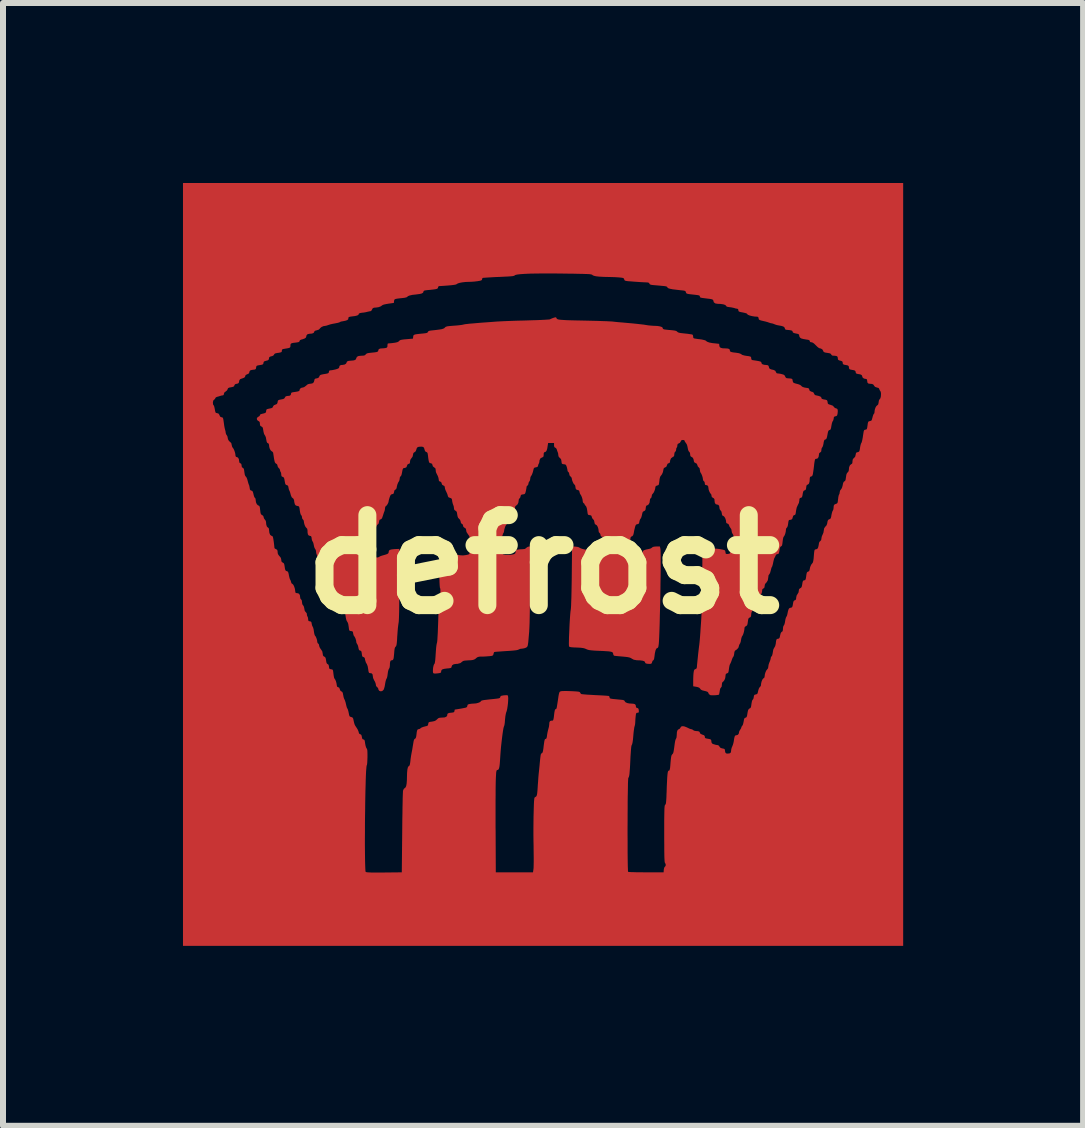
<source format=kicad_pcb>
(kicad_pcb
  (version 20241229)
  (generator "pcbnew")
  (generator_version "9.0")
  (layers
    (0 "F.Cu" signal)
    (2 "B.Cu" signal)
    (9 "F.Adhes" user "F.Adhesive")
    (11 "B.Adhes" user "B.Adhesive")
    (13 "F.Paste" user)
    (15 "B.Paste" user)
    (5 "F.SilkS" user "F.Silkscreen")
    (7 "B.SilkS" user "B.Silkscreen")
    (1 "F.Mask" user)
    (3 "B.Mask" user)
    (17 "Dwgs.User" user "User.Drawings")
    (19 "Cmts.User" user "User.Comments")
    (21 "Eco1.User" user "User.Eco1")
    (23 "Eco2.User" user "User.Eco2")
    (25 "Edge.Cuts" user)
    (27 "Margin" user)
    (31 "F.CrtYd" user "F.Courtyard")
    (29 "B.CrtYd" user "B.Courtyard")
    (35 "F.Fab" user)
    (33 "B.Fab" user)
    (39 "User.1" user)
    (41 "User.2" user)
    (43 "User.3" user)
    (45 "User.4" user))
  (footprint "defrost"
    (layer "F.Cu")
    (at 6.002 6.358)
    (property "Reference" "defrost" (at 0 0 0) (layer "F.SilkS") (effects (font (size 1.5 1.5) (thickness 0.3))))
    (attr board_only exclude_from_pos_files exclude_from_bom)
    (fp_poly (pts (xy 6.002 0) (xy 6.002 6.358) (xy 0 6.358) (xy -6.002 6.358) (xy -6.002 0) (xy -6.002 -2.695) (xy -5.503 -2.695) (xy -5.501 -2.67) (xy -5.496 -2.656) (xy -5.494 -2.655) (xy -5.488 -2.65) (xy -5.482 -2.634) (xy -5.475 -2.604) (xy -5.466 -2.556) (xy -5.466 -2.556) (xy -5.459 -2.532) (xy -5.445 -2.523) (xy -5.437 -2.523) (xy -5.409 -2.514) (xy -5.393 -2.489) (xy -5.39 -2.477) (xy -5.377 -2.459) (xy -5.359 -2.453) (xy -5.347 -2.451) (xy -5.338 -2.444) (xy -5.332 -2.429) (xy -5.327 -2.401) (xy -5.321 -2.359) (xy -5.315 -2.315) (xy -5.308 -2.276) (xy -5.301 -2.248) (xy -5.299 -2.242) (xy -5.292 -2.213) (xy -5.29 -2.193) (xy -5.283 -2.169) (xy -5.274 -2.157) (xy -5.262 -2.136) (xy -5.259 -2.122) (xy -5.252 -2.087) (xy -5.235 -2.057) (xy -5.214 -2.039) (xy -5.197 -2.022) (xy -5.19 -1.991) (xy -5.183 -1.963) (xy -5.171 -1.942) (xy -5.169 -1.941) (xy -5.157 -1.923) (xy -5.144 -1.893) (xy -5.133 -1.857) (xy -5.127 -1.822) (xy -5.127 -1.811) (xy -5.119 -1.794) (xy -5.107 -1.79) (xy -5.085 -1.781) (xy -5.071 -1.756) (xy -5.066 -1.721) (xy -5.061 -1.696) (xy -5.045 -1.686) (xy -5.03 -1.675) (xy -5.025 -1.651) (xy -5.025 -1.648) (xy -5.021 -1.622) (xy -5.006 -1.611) (xy -5.005 -1.61) (xy -4.994 -1.603) (xy -4.986 -1.587) (xy -4.981 -1.556) (xy -4.979 -1.54) (xy -4.972 -1.496) (xy -4.962 -1.471) (xy -4.955 -1.466) (xy -4.944 -1.451) (xy -4.932 -1.423) (xy -4.925 -1.397) (xy -4.916 -1.364) (xy -4.908 -1.338) (xy -4.903 -1.327) (xy -4.897 -1.311) (xy -4.892 -1.284) (xy -4.891 -1.277) (xy -4.886 -1.249) (xy -4.876 -1.236) (xy -4.862 -1.231) (xy -4.847 -1.224) (xy -4.837 -1.209) (xy -4.829 -1.181) (xy -4.827 -1.17) (xy -4.819 -1.139) (xy -4.81 -1.117) (xy -4.804 -1.111) (xy -4.794 -1.099) (xy -4.791 -1.079) (xy -4.786 -1.038) (xy -4.772 -1.005) (xy -4.752 -0.985) (xy -4.746 -0.983) (xy -4.733 -0.977) (xy -4.725 -0.966) (xy -4.72 -0.944) (xy -4.716 -0.906) (xy -4.715 -0.905) (xy -4.711 -0.867) (xy -4.705 -0.844) (xy -4.697 -0.831) (xy -4.684 -0.824) (xy -4.684 -0.824) (xy -4.663 -0.807) (xy -4.659 -0.791) (xy -4.651 -0.766) (xy -4.639 -0.75) (xy -4.623 -0.728) (xy -4.618 -0.708) (xy -4.614 -0.665) (xy -4.604 -0.632) (xy -4.588 -0.616) (xy -4.586 -0.615) (xy -4.573 -0.605) (xy -4.568 -0.582) (xy -4.567 -0.569) (xy -4.562 -0.526) (xy -4.549 -0.494) (xy -4.528 -0.477) (xy -4.523 -0.476) (xy -4.514 -0.473) (xy -4.507 -0.465) (xy -4.501 -0.449) (xy -4.496 -0.423) (xy -4.49 -0.384) (xy -4.483 -0.329) (xy -4.477 -0.272) (xy -4.468 -0.263) (xy -4.45 -0.254) (xy -4.433 -0.244) (xy -4.426 -0.225) (xy -4.425 -0.206) (xy -4.42 -0.174) (xy -4.402 -0.147) (xy -4.394 -0.139) (xy -4.371 -0.11) (xy -4.364 -0.079) (xy -4.364 -0.075) (xy -4.36 -0.049) (xy -4.347 -0.035) (xy -4.339 -0.031) (xy -4.324 -0.022) (xy -4.315 -0.005) (xy -4.309 0.026) (xy -4.308 0.033) (xy -4.302 0.072) (xy -4.295 0.096) (xy -4.284 0.108) (xy -4.267 0.113) (xy -4.267 0.113) (xy -4.255 0.12) (xy -4.246 0.136) (xy -4.239 0.166) (xy -4.237 0.18) (xy -4.229 0.215) (xy -4.221 0.243) (xy -4.214 0.256) (xy -4.204 0.276) (xy -4.201 0.292) (xy -4.192 0.316) (xy -4.179 0.324) (xy -4.163 0.339) (xy -4.149 0.368) (xy -4.137 0.405) (xy -4.131 0.445) (xy -4.13 0.455) (xy -4.126 0.472) (xy -4.11 0.478) (xy -4.1 0.478) (xy -4.071 0.486) (xy -4.054 0.51) (xy -4.049 0.548) (xy -4.044 0.572) (xy -4.033 0.583) (xy -4.022 0.599) (xy -4.018 0.63) (xy -4.013 0.664) (xy -4.002 0.679) (xy -3.99 0.696) (xy -3.981 0.727) (xy -3.98 0.736) (xy -3.972 0.774) (xy -3.957 0.794) (xy -3.956 0.794) (xy -3.94 0.813) (xy -3.937 0.834) (xy -3.933 0.857) (xy -3.926 0.87) (xy -3.92 0.883) (xy -3.916 0.908) (xy -3.916 0.91) (xy -3.914 0.934) (xy -3.904 0.945) (xy -3.888 0.948) (xy -3.869 0.953) (xy -3.86 0.968) (xy -3.857 0.987) (xy -3.851 1.015) (xy -3.841 1.037) (xy -3.84 1.038) (xy -3.832 1.055) (xy -3.824 1.086) (xy -3.82 1.116) (xy -3.814 1.151) (xy -3.807 1.177) (xy -3.801 1.188) (xy -3.789 1.203) (xy -3.777 1.231) (xy -3.767 1.263) (xy -3.764 1.29) (xy -3.758 1.311) (xy -3.748 1.319) (xy -3.737 1.332) (xy -3.733 1.352) (xy -3.726 1.378) (xy -3.709 1.407) (xy -3.703 1.414) (xy -3.68 1.45) (xy -3.673 1.488) (xy -3.669 1.516) (xy -3.659 1.53) (xy -3.648 1.536) (xy -3.633 1.545) (xy -3.624 1.562) (xy -3.618 1.592) (xy -3.617 1.6) (xy -3.611 1.635) (xy -3.602 1.654) (xy -3.591 1.661) (xy -3.576 1.672) (xy -3.569 1.698) (xy -3.569 1.705) (xy -3.565 1.731) (xy -3.555 1.743) (xy -3.535 1.747) (xy -3.533 1.748) (xy -3.517 1.75) (xy -3.507 1.756) (xy -3.501 1.771) (xy -3.497 1.798) (xy -3.494 1.824) (xy -3.489 1.861) (xy -3.483 1.889) (xy -3.477 1.903) (xy -3.476 1.904) (xy -3.465 1.919) (xy -3.453 1.946) (xy -3.444 1.979) (xy -3.439 2.009) (xy -3.438 2.016) (xy -3.433 2.038) (xy -3.416 2.046) (xy -3.415 2.046) (xy -3.397 2.056) (xy -3.389 2.078) (xy -3.378 2.105) (xy -3.362 2.116) (xy -3.347 2.125) (xy -3.338 2.144) (xy -3.332 2.176) (xy -3.331 2.179) (xy -3.325 2.212) (xy -3.316 2.239) (xy -3.311 2.248) (xy -3.303 2.266) (xy -3.293 2.296) (xy -3.285 2.329) (xy -3.277 2.364) (xy -3.269 2.39) (xy -3.262 2.402) (xy -3.255 2.415) (xy -3.247 2.442) (xy -3.24 2.473) (xy -3.233 2.509) (xy -3.226 2.529) (xy -3.216 2.538) (xy -3.2 2.543) (xy -3.199 2.543) (xy -3.177 2.551) (xy -3.166 2.568) (xy -3.162 2.584) (xy -3.152 2.63) (xy -3.143 2.663) (xy -3.132 2.686) (xy -3.118 2.708) (xy -3.111 2.718) (xy -3.091 2.75) (xy -3.077 2.782) (xy -3.075 2.791) (xy -3.067 2.818) (xy -3.052 2.829) (xy -3.048 2.83) (xy -3.033 2.837) (xy -3.024 2.856) (xy -3.021 2.874) (xy -3.015 2.902) (xy -3.004 2.915) (xy -2.994 2.917) (xy -2.982 2.922) (xy -2.974 2.935) (xy -2.969 2.96) (xy -2.966 2.984) (xy -2.959 3.02) (xy -2.95 3.05) (xy -2.942 3.065) (xy -2.935 3.076) (xy -2.93 3.094) (xy -2.928 3.122) (xy -2.927 3.164) (xy -2.927 3.211) (xy -2.929 3.265) (xy -2.931 3.309) (xy -2.935 3.339) (xy -2.94 3.351) (xy -2.943 3.366) (xy -2.946 3.398) (xy -2.95 3.448) (xy -2.953 3.512) (xy -2.956 3.589) (xy -2.958 3.678) (xy -2.961 3.775) (xy -2.963 3.881) (xy -2.965 3.992) (xy -2.966 4.107) (xy -2.968 4.224) (xy -2.969 4.341) (xy -2.969 4.457) (xy -2.97 4.569) (xy -2.97 4.676) (xy -2.969 4.776) (xy -2.968 4.866) (xy -2.967 4.947) (xy -2.965 5.014) (xy -2.963 5.067) (xy -2.961 5.104) (xy -2.958 5.123) (xy -2.957 5.124) (xy -2.95 5.128) (xy -2.933 5.131) (xy -2.906 5.133) (xy -2.864 5.135) (xy -2.808 5.135) (xy -2.735 5.135) (xy -2.652 5.135) (xy -2.355 5.132) (xy -2.348 4.471) (xy -2.347 4.356) (xy -2.346 4.246) (xy -2.344 4.143) (xy -2.343 4.049) (xy -2.341 3.966) (xy -2.34 3.895) (xy -2.338 3.839) (xy -2.336 3.799) (xy -2.335 3.776) (xy -2.335 3.773) (xy -2.322 3.742) (xy -2.306 3.728) (xy -2.291 3.715) (xy -2.281 3.69) (xy -2.274 3.651) (xy -2.27 3.595) (xy -2.269 3.55) (xy -2.267 3.476) (xy -2.262 3.421) (xy -2.254 3.384) (xy -2.243 3.365) (xy -2.238 3.362) (xy -2.227 3.353) (xy -2.22 3.333) (xy -2.214 3.297) (xy -2.213 3.288) (xy -2.208 3.242) (xy -2.2 3.188) (xy -2.191 3.138) (xy -2.181 3.087) (xy -2.172 3.031) (xy -2.164 2.984) (xy -2.157 2.942) (xy -2.149 2.918) (xy -2.138 2.907) (xy -2.136 2.906) (xy -2.124 2.897) (xy -2.116 2.874) (xy -2.111 2.842) (xy -2.106 2.797) (xy -2.1 2.769) (xy -2.092 2.753) (xy -2.082 2.747) (xy -2.075 2.746) (xy -2.056 2.741) (xy -2.049 2.736) (xy -2.032 2.722) (xy -2 2.709) (xy -1.96 2.698) (xy -1.953 2.697) (xy -1.928 2.69) (xy -1.918 2.676) (xy -1.914 2.658) (xy -1.911 2.64) (xy -1.903 2.63) (xy -1.885 2.624) (xy -1.853 2.62) (xy -1.814 2.612) (xy -1.788 2.6) (xy -1.768 2.583) (xy -1.748 2.564) (xy -1.726 2.556) (xy -1.694 2.553) (xy -1.688 2.553) (xy -1.641 2.55) (xy -1.612 2.538) (xy -1.598 2.519) (xy -1.597 2.507) (xy -1.594 2.491) (xy -1.582 2.481) (xy -1.558 2.474) (xy -1.517 2.47) (xy -1.516 2.47) (xy -1.49 2.465) (xy -1.479 2.453) (xy -1.477 2.444) (xy -1.474 2.426) (xy -1.472 2.42) (xy -1.462 2.418) (xy -1.436 2.414) (xy -1.398 2.408) (xy -1.368 2.403) (xy -1.322 2.394) (xy -1.292 2.388) (xy -1.275 2.381) (xy -1.267 2.373) (xy -1.264 2.362) (xy -1.263 2.359) (xy -1.258 2.34) (xy -1.242 2.33) (xy -1.223 2.326) (xy -1.187 2.321) (xy -1.152 2.319) (xy -1.152 2.319) (xy -1.116 2.316) (xy -1.081 2.307) (xy -1.052 2.295) (xy -1.037 2.282) (xy -1.035 2.279) (xy -1.03 2.272) (xy -1.015 2.267) (xy -0.988 2.261) (xy -0.946 2.256) (xy -0.887 2.249) (xy -0.875 2.248) (xy -0.815 2.242) (xy -0.772 2.237) (xy -0.744 2.233) (xy -0.727 2.228) (xy -0.718 2.222) (xy -0.715 2.214) (xy -0.714 2.211) (xy -0.709 2.198) (xy -0.695 2.189) (xy -0.667 2.184) (xy -0.656 2.182) (xy -0.623 2.18) (xy -0.599 2.18) (xy -0.59 2.182) (xy -0.584 2.196) (xy -0.581 2.226) (xy -0.582 2.266) (xy -0.585 2.313) (xy -0.591 2.362) (xy -0.598 2.408) (xy -0.607 2.446) (xy -0.615 2.467) (xy -0.621 2.49) (xy -0.628 2.528) (xy -0.633 2.573) (xy -0.635 2.593) (xy -0.638 2.636) (xy -0.643 2.67) (xy -0.648 2.691) (xy -0.65 2.695) (xy -0.655 2.708) (xy -0.662 2.737) (xy -0.669 2.781) (xy -0.677 2.836) (xy -0.685 2.9) (xy -0.693 2.969) (xy -0.701 3.041) (xy -0.707 3.111) (xy -0.712 3.178) (xy -0.713 3.194) (xy -0.718 3.269) (xy -0.722 3.325) (xy -0.727 3.366) (xy -0.733 3.395) (xy -0.74 3.412) (xy -0.748 3.422) (xy -0.759 3.426) (xy -0.76 3.426) (xy -0.768 3.428) (xy -0.774 3.434) (xy -0.778 3.448) (xy -0.782 3.471) (xy -0.784 3.507) (xy -0.787 3.559) (xy -0.788 3.584) (xy -0.789 3.621) (xy -0.79 3.676) (xy -0.791 3.747) (xy -0.791 3.832) (xy -0.792 3.929) (xy -0.792 4.035) (xy -0.792 4.149) (xy -0.792 4.267) (xy -0.792 4.389) (xy -0.791 4.435) (xy -0.788 5.132) (xy -0.478 5.132) (xy -0.168 5.132) (xy -0.16 5.076) (xy -0.158 5.052) (xy -0.157 5.01) (xy -0.156 4.955) (xy -0.156 4.888) (xy -0.157 4.813) (xy -0.158 4.732) (xy -0.158 4.701) (xy -0.16 4.607) (xy -0.161 4.504) (xy -0.161 4.399) (xy -0.16 4.297) (xy -0.159 4.205) (xy -0.157 4.133) (xy -0.155 4.056) (xy -0.153 3.996) (xy -0.151 3.952) (xy -0.148 3.921) (xy -0.146 3.9) (xy -0.142 3.888) (xy -0.137 3.881) (xy -0.13 3.877) (xy -0.127 3.875) (xy -0.117 3.87) (xy -0.109 3.859) (xy -0.103 3.842) (xy -0.098 3.814) (xy -0.094 3.773) (xy -0.09 3.717) (xy -0.087 3.667) (xy -0.083 3.618) (xy -0.079 3.556) (xy -0.073 3.488) (xy -0.066 3.423) (xy -0.065 3.413) (xy -0.059 3.354) (xy -0.054 3.298) (xy -0.049 3.249) (xy -0.045 3.214) (xy -0.044 3.206) (xy -0.039 3.171) (xy -0.03 3.152) (xy -0.021 3.146) (xy -0.013 3.141) (xy -0.006 3.127) (xy -0.00015 3.102) (xy 0.006 3.062) (xy 0.01 3.025) (xy 0.017 2.975) (xy 0.022 2.941) (xy 0.028 2.921) (xy 0.034 2.911) (xy 0.041 2.909) (xy 0.052 2.905) (xy 0.059 2.89) (xy 0.065 2.86) (xy 0.066 2.846) (xy 0.073 2.804) (xy 0.082 2.764) (xy 0.088 2.743) (xy 0.097 2.708) (xy 0.102 2.674) (xy 0.102 2.67) (xy 0.105 2.633) (xy 0.115 2.612) (xy 0.134 2.604) (xy 0.142 2.604) (xy 0.154 2.604) (xy 0.163 2.601) (xy 0.169 2.593) (xy 0.174 2.576) (xy 0.179 2.548) (xy 0.184 2.504) (xy 0.189 2.464) (xy 0.196 2.429) (xy 0.206 2.412) (xy 0.21 2.411) (xy 0.216 2.41) (xy 0.22 2.406) (xy 0.225 2.397) (xy 0.229 2.378) (xy 0.234 2.348) (xy 0.241 2.303) (xy 0.25 2.245) (xy 0.257 2.194) (xy 0.264 2.159) (xy 0.27 2.137) (xy 0.277 2.124) (xy 0.287 2.117) (xy 0.293 2.115) (xy 0.313 2.111) (xy 0.351 2.11) (xy 0.402 2.11) (xy 0.462 2.112) (xy 0.466 2.112) (xy 0.524 2.115) (xy 0.565 2.118) (xy 0.592 2.121) (xy 0.608 2.126) (xy 0.615 2.132) (xy 0.618 2.137) (xy 0.63 2.156) (xy 0.638 2.161) (xy 0.653 2.163) (xy 0.684 2.166) (xy 0.73 2.17) (xy 0.786 2.173) (xy 0.849 2.177) (xy 0.869 2.178) (xy 0.933 2.181) (xy 0.991 2.184) (xy 1.039 2.187) (xy 1.075 2.19) (xy 1.094 2.192) (xy 1.096 2.192) (xy 1.107 2.205) (xy 1.109 2.216) (xy 1.109 2.224) (xy 1.113 2.23) (xy 1.122 2.235) (xy 1.14 2.239) (xy 1.169 2.243) (xy 1.212 2.247) (xy 1.272 2.253) (xy 1.285 2.254) (xy 1.324 2.258) (xy 1.347 2.264) (xy 1.358 2.273) (xy 1.36 2.279) (xy 1.374 2.297) (xy 1.404 2.311) (xy 1.443 2.318) (xy 1.464 2.319) (xy 1.506 2.322) (xy 1.532 2.33) (xy 1.544 2.345) (xy 1.546 2.36) (xy 1.55 2.383) (xy 1.566 2.392) (xy 1.569 2.392) (xy 1.585 2.399) (xy 1.593 2.416) (xy 1.595 2.434) (xy 1.596 2.459) (xy 1.59 2.47) (xy 1.574 2.472) (xy 1.574 2.472) (xy 1.56 2.474) (xy 1.552 2.482) (xy 1.547 2.501) (xy 1.543 2.534) (xy 1.539 2.576) (xy 1.537 2.616) (xy 1.536 2.637) (xy 1.533 2.668) (xy 1.527 2.693) (xy 1.526 2.696) (xy 1.521 2.713) (xy 1.516 2.746) (xy 1.51 2.79) (xy 1.505 2.842) (xy 1.504 2.855) (xy 1.498 2.922) (xy 1.491 2.97) (xy 1.484 2.998) (xy 1.48 3.006) (xy 1.475 3.016) (xy 1.47 3.039) (xy 1.466 3.078) (xy 1.462 3.133) (xy 1.457 3.205) (xy 1.455 3.25) (xy 1.451 3.335) (xy 1.447 3.402) (xy 1.443 3.453) (xy 1.44 3.491) (xy 1.436 3.519) (xy 1.431 3.538) (xy 1.426 3.551) (xy 1.42 3.559) (xy 1.419 3.572) (xy 1.417 3.602) (xy 1.415 3.649) (xy 1.414 3.711) (xy 1.413 3.785) (xy 1.411 3.87) (xy 1.41 3.964) (xy 1.41 4.064) (xy 1.409 4.17) (xy 1.409 4.278) (xy 1.408 4.388) (xy 1.408 4.497) (xy 1.409 4.603) (xy 1.409 4.704) (xy 1.409 4.799) (xy 1.41 4.886) (xy 1.411 4.962) (xy 1.412 5.025) (xy 1.414 5.075) (xy 1.415 5.108) (xy 1.417 5.123) (xy 1.417 5.123) (xy 1.429 5.126) (xy 1.459 5.128) (xy 1.504 5.129) (xy 1.561 5.131) (xy 1.628 5.131) (xy 1.702 5.132) (xy 1.717 5.132) (xy 2.009 5.132) (xy 2.012 5.088) (xy 2.018 5.057) (xy 2.028 5.04) (xy 2.03 5.039) (xy 2.042 5.025) (xy 2.044 5.002) (xy 2.036 4.98) (xy 2.032 4.976) (xy 2.029 4.968) (xy 2.026 4.951) (xy 2.024 4.923) (xy 2.022 4.882) (xy 2.021 4.828) (xy 2.02 4.758) (xy 2.02 4.672) (xy 2.019 4.568) (xy 2.019 4.491) (xy 2.019 4.38) (xy 2.019 4.287) (xy 2.02 4.212) (xy 2.021 4.151) (xy 2.022 4.104) (xy 2.023 4.068) (xy 2.025 4.043) (xy 2.027 4.025) (xy 2.03 4.014) (xy 2.034 4.008) (xy 2.036 4.006) (xy 2.042 3.998) (xy 2.047 3.984) (xy 2.05 3.961) (xy 2.053 3.926) (xy 2.056 3.876) (xy 2.058 3.81) (xy 2.059 3.799) (xy 2.062 3.7) (xy 2.066 3.619) (xy 2.069 3.555) (xy 2.073 3.507) (xy 2.077 3.473) (xy 2.082 3.451) (xy 2.088 3.44) (xy 2.092 3.438) (xy 2.101 3.437) (xy 2.107 3.43) (xy 2.112 3.416) (xy 2.117 3.39) (xy 2.121 3.35) (xy 2.125 3.297) (xy 2.13 3.244) (xy 2.135 3.208) (xy 2.14 3.185) (xy 2.148 3.171) (xy 2.154 3.164) (xy 2.164 3.153) (xy 2.172 3.134) (xy 2.178 3.103) (xy 2.185 3.057) (xy 2.188 3.034) (xy 2.195 2.982) (xy 2.202 2.941) (xy 2.21 2.915) (xy 2.214 2.908) (xy 2.223 2.89) (xy 2.227 2.858) (xy 2.228 2.841) (xy 2.231 2.793) (xy 2.242 2.761) (xy 2.259 2.747) (xy 2.264 2.746) (xy 2.278 2.738) (xy 2.289 2.721) (xy 2.302 2.702) (xy 2.326 2.696) (xy 2.329 2.696) (xy 2.355 2.7) (xy 2.389 2.713) (xy 2.407 2.721) (xy 2.437 2.736) (xy 2.463 2.745) (xy 2.472 2.746) (xy 2.493 2.754) (xy 2.502 2.762) (xy 2.521 2.772) (xy 2.548 2.777) (xy 2.549 2.777) (xy 2.587 2.78) (xy 2.609 2.791) (xy 2.614 2.807) (xy 2.624 2.823) (xy 2.654 2.837) (xy 2.655 2.837) (xy 2.682 2.847) (xy 2.694 2.86) (xy 2.696 2.873) (xy 2.698 2.888) (xy 2.708 2.897) (xy 2.732 2.903) (xy 2.749 2.906) (xy 2.78 2.912) (xy 2.796 2.919) (xy 2.803 2.931) (xy 2.805 2.95) (xy 2.81 2.974) (xy 2.822 2.988) (xy 2.847 2.998) (xy 2.849 2.998) (xy 2.879 3.007) (xy 2.905 3.011) (xy 2.909 3.011) (xy 2.93 3.02) (xy 2.939 3.035) (xy 2.953 3.054) (xy 2.979 3.065) (xy 2.99 3.067) (xy 3.017 3.073) (xy 3.029 3.083) (xy 3.031 3.097) (xy 3.036 3.131) (xy 3.05 3.149) (xy 3.072 3.153) (xy 3.107 3.15) (xy 3.127 3.138) (xy 3.133 3.116) (xy 3.133 3.112) (xy 3.137 3.08) (xy 3.144 3.055) (xy 3.156 3.026) (xy 3.164 3.006) (xy 3.171 2.982) (xy 3.178 2.951) (xy 3.178 2.95) (xy 3.185 2.903) (xy 3.192 2.873) (xy 3.199 2.857) (xy 3.209 2.849) (xy 3.219 2.848) (xy 3.247 2.84) (xy 3.263 2.817) (xy 3.265 2.802) (xy 3.271 2.778) (xy 3.286 2.754) (xy 3.3 2.731) (xy 3.306 2.712) (xy 3.306 2.712) (xy 3.314 2.694) (xy 3.32 2.689) (xy 3.329 2.675) (xy 3.337 2.647) (xy 3.343 2.619) (xy 3.349 2.585) (xy 3.356 2.565) (xy 3.367 2.557) (xy 3.374 2.555) (xy 3.39 2.547) (xy 3.399 2.526) (xy 3.401 2.515) (xy 3.409 2.466) (xy 3.416 2.434) (xy 3.425 2.415) (xy 3.436 2.404) (xy 3.443 2.401) (xy 3.456 2.393) (xy 3.465 2.378) (xy 3.47 2.35) (xy 3.473 2.326) (xy 3.48 2.286) (xy 3.488 2.261) (xy 3.494 2.255) (xy 3.504 2.242) (xy 3.511 2.217) (xy 3.511 2.211) (xy 3.516 2.185) (xy 3.526 2.172) (xy 3.545 2.167) (xy 3.563 2.162) (xy 3.574 2.151) (xy 3.581 2.128) (xy 3.585 2.107) (xy 3.596 2.071) (xy 3.609 2.048) (xy 3.614 2.043) (xy 3.629 2.026) (xy 3.631 2.014) (xy 3.635 1.98) (xy 3.644 1.946) (xy 3.657 1.917) (xy 3.67 1.9) (xy 3.674 1.899) (xy 3.689 1.885) (xy 3.693 1.865) (xy 3.697 1.831) (xy 3.708 1.795) (xy 3.722 1.765) (xy 3.737 1.748) (xy 3.737 1.748) (xy 3.75 1.73) (xy 3.754 1.705) (xy 3.758 1.675) (xy 3.769 1.64) (xy 3.774 1.63) (xy 3.786 1.599) (xy 3.794 1.57) (xy 3.794 1.563) (xy 3.799 1.542) (xy 3.808 1.533) (xy 3.817 1.52) (xy 3.825 1.49) (xy 3.829 1.466) (xy 3.837 1.42) (xy 3.851 1.391) (xy 3.855 1.386) (xy 3.869 1.361) (xy 3.879 1.319) (xy 3.88 1.305) (xy 3.885 1.27) (xy 3.891 1.251) (xy 3.9 1.242) (xy 3.915 1.239) (xy 3.931 1.235) (xy 3.941 1.224) (xy 3.948 1.2) (xy 3.951 1.183) (xy 3.961 1.146) (xy 3.973 1.127) (xy 3.979 1.123) (xy 3.992 1.114) (xy 3.997 1.093) (xy 3.998 1.074) (xy 4.001 1.041) (xy 4.01 1.02) (xy 4.012 1.018) (xy 4.022 1.001) (xy 4.03 0.972) (xy 4.034 0.948) (xy 4.04 0.913) (xy 4.048 0.886) (xy 4.054 0.875) (xy 4.065 0.854) (xy 4.072 0.829) (xy 4.081 0.783) (xy 4.09 0.753) (xy 4.099 0.735) (xy 4.111 0.726) (xy 4.125 0.722) (xy 4.143 0.718) (xy 4.153 0.708) (xy 4.16 0.687) (xy 4.165 0.659) (xy 4.171 0.625) (xy 4.179 0.607) (xy 4.191 0.599) (xy 4.195 0.598) (xy 4.209 0.592) (xy 4.217 0.575) (xy 4.219 0.553) (xy 4.227 0.516) (xy 4.242 0.493) (xy 4.258 0.466) (xy 4.262 0.441) (xy 4.266 0.414) (xy 4.28 0.4) (xy 4.286 0.397) (xy 4.303 0.386) (xy 4.313 0.365) (xy 4.318 0.34) (xy 4.324 0.301) (xy 4.331 0.278) (xy 4.341 0.267) (xy 4.354 0.264) (xy 4.355 0.264) (xy 4.366 0.262) (xy 4.373 0.254) (xy 4.38 0.234) (xy 4.385 0.201) (xy 4.389 0.171) (xy 4.395 0.141) (xy 4.404 0.126) (xy 4.418 0.12) (xy 4.435 0.111) (xy 4.443 0.088) (xy 4.443 0.086) (xy 4.452 0.043) (xy 4.469 0.004) (xy 4.488 -0.02) (xy 4.497 -0.033) (xy 4.503 -0.056) (xy 4.509 -0.093) (xy 4.513 -0.142) (xy 4.517 -0.19) (xy 4.521 -0.221) (xy 4.525 -0.239) (xy 4.532 -0.248) (xy 4.541 -0.251) (xy 4.549 -0.252) (xy 4.57 -0.259) (xy 4.582 -0.277) (xy 4.587 -0.293) (xy 4.594 -0.324) (xy 4.598 -0.351) (xy 4.598 -0.353) (xy 4.606 -0.376) (xy 4.618 -0.387) (xy 4.635 -0.406) (xy 4.639 -0.43) (xy 4.644 -0.461) (xy 4.657 -0.494) (xy 4.659 -0.496) (xy 4.673 -0.53) (xy 4.679 -0.566) (xy 4.679 -0.568) (xy 4.685 -0.602) (xy 4.703 -0.628) (xy 4.704 -0.629) (xy 4.723 -0.649) (xy 4.734 -0.675) (xy 4.741 -0.713) (xy 4.742 -0.722) (xy 4.753 -0.744) (xy 4.771 -0.753) (xy 4.785 -0.759) (xy 4.795 -0.771) (xy 4.802 -0.795) (xy 4.806 -0.821) (xy 4.814 -0.857) (xy 4.822 -0.884) (xy 4.829 -0.897) (xy 4.838 -0.915) (xy 4.842 -0.942) (xy 4.842 -0.946) (xy 4.845 -0.979) (xy 4.856 -0.998) (xy 4.879 -1.009) (xy 4.884 -1.01) (xy 4.898 -1.016) (xy 4.907 -1.026) (xy 4.912 -1.046) (xy 4.916 -1.081) (xy 4.917 -1.085) (xy 4.921 -1.121) (xy 4.927 -1.15) (xy 4.933 -1.163) (xy 4.941 -1.181) (xy 4.944 -1.202) (xy 4.95 -1.23) (xy 4.963 -1.248) (xy 4.974 -1.262) (xy 4.983 -1.281) (xy 4.992 -1.311) (xy 5.001 -1.355) (xy 5.011 -1.376) (xy 5.024 -1.386) (xy 5.035 -1.394) (xy 5.043 -1.414) (xy 5.048 -1.451) (xy 5.049 -1.455) (xy 5.055 -1.496) (xy 5.065 -1.521) (xy 5.076 -1.533) (xy 5.092 -1.553) (xy 5.096 -1.571) (xy 5.101 -1.62) (xy 5.115 -1.653) (xy 5.133 -1.669) (xy 5.15 -1.679) (xy 5.156 -1.698) (xy 5.157 -1.718) (xy 5.161 -1.748) (xy 5.174 -1.768) (xy 5.182 -1.774) (xy 5.202 -1.796) (xy 5.21 -1.828) (xy 5.215 -1.854) (xy 5.225 -1.867) (xy 5.239 -1.87) (xy 5.258 -1.875) (xy 5.27 -1.885) (xy 5.277 -1.906) (xy 5.283 -1.941) (xy 5.284 -1.952) (xy 5.291 -1.986) (xy 5.299 -2.014) (xy 5.305 -2.024) (xy 5.312 -2.04) (xy 5.32 -2.072) (xy 5.328 -2.113) (xy 5.332 -2.141) (xy 5.339 -2.187) (xy 5.344 -2.217) (xy 5.35 -2.234) (xy 5.358 -2.242) (xy 5.369 -2.246) (xy 5.373 -2.246) (xy 5.387 -2.249) (xy 5.396 -2.258) (xy 5.402 -2.277) (xy 5.407 -2.311) (xy 5.408 -2.317) (xy 5.413 -2.354) (xy 5.419 -2.374) (xy 5.427 -2.384) (xy 5.441 -2.388) (xy 5.445 -2.389) (xy 5.467 -2.395) (xy 5.477 -2.404) (xy 5.482 -2.42) (xy 5.49 -2.448) (xy 5.494 -2.464) (xy 5.503 -2.492) (xy 5.512 -2.51) (xy 5.516 -2.513) (xy 5.522 -2.521) (xy 5.524 -2.538) (xy 5.528 -2.575) (xy 5.539 -2.611) (xy 5.555 -2.639) (xy 5.569 -2.651) (xy 5.584 -2.664) (xy 5.591 -2.689) (xy 5.593 -2.704) (xy 5.598 -2.733) (xy 5.607 -2.751) (xy 5.61 -2.753) (xy 5.621 -2.767) (xy 5.629 -2.793) (xy 5.632 -2.826) (xy 5.632 -2.858) (xy 5.626 -2.882) (xy 5.622 -2.887) (xy 5.608 -2.91) (xy 5.603 -2.925) (xy 5.593 -2.941) (xy 5.567 -2.948) (xy 5.567 -2.948) (xy 5.535 -2.959) (xy 5.522 -2.973) (xy 5.506 -2.997) (xy 5.485 -3.008) (xy 5.452 -3.011) (xy 5.451 -3.011) (xy 5.422 -3.015) (xy 5.407 -3.03) (xy 5.402 -3.06) (xy 5.401 -3.068) (xy 5.396 -3.087) (xy 5.38 -3.092) (xy 5.349 -3.098) (xy 5.327 -3.114) (xy 5.32 -3.133) (xy 5.315 -3.151) (xy 5.298 -3.164) (xy 5.266 -3.172) (xy 5.254 -3.173) (xy 5.227 -3.179) (xy 5.214 -3.189) (xy 5.21 -3.206) (xy 5.206 -3.223) (xy 5.195 -3.232) (xy 5.172 -3.239) (xy 5.154 -3.242) (xy 5.123 -3.248) (xy 5.107 -3.255) (xy 5.1 -3.268) (xy 5.098 -3.283) (xy 5.094 -3.305) (xy 5.081 -3.316) (xy 5.058 -3.322) (xy 5.023 -3.328) (xy 5.004 -3.335) (xy 4.996 -3.345) (xy 4.995 -3.361) (xy 4.995 -3.361) (xy 4.989 -3.382) (xy 4.97 -3.392) (xy 4.967 -3.393) (xy 4.936 -3.401) (xy 4.92 -3.409) (xy 4.914 -3.422) (xy 4.913 -3.437) (xy 4.909 -3.46) (xy 4.894 -3.473) (xy 4.865 -3.478) (xy 4.845 -3.479) (xy 4.818 -3.482) (xy 4.806 -3.494) (xy 4.804 -3.498) (xy 4.797 -3.51) (xy 4.778 -3.519) (xy 4.745 -3.525) (xy 4.737 -3.526) (xy 4.701 -3.532) (xy 4.681 -3.54) (xy 4.672 -3.55) (xy 4.671 -3.555) (xy 4.657 -3.582) (xy 4.63 -3.599) (xy 4.614 -3.601) (xy 4.597 -3.608) (xy 4.572 -3.627) (xy 4.547 -3.652) (xy 4.515 -3.683) (xy 4.49 -3.699) (xy 4.473 -3.703) (xy 4.452 -3.707) (xy 4.445 -3.722) (xy 4.445 -3.722) (xy 4.441 -3.734) (xy 4.427 -3.742) (xy 4.397 -3.748) (xy 4.392 -3.748) (xy 4.339 -3.757) (xy 4.303 -3.767) (xy 4.282 -3.781) (xy 4.272 -3.8) (xy 4.27 -3.809) (xy 4.267 -3.827) (xy 4.258 -3.838) (xy 4.237 -3.845) (xy 4.214 -3.849) (xy 4.181 -3.857) (xy 4.165 -3.866) (xy 4.16 -3.877) (xy 4.156 -3.891) (xy 4.139 -3.9) (xy 4.107 -3.906) (xy 4.074 -3.909) (xy 4.047 -3.912) (xy 4.034 -3.921) (xy 4.03 -3.935) (xy 4.022 -3.953) (xy 4.004 -3.966) (xy 3.971 -3.976) (xy 3.932 -3.983) (xy 3.896 -3.99) (xy 3.865 -4) (xy 3.856 -4.004) (xy 3.831 -4.014) (xy 3.813 -4.018) (xy 3.791 -4.022) (xy 3.767 -4.03) (xy 3.742 -4.039) (xy 3.706 -4.049) (xy 3.667 -4.058) (xy 3.63 -4.067) (xy 3.608 -4.075) (xy 3.597 -4.084) (xy 3.593 -4.098) (xy 3.593 -4.102) (xy 3.586 -4.123) (xy 3.57 -4.13) (xy 3.563 -4.13) (xy 3.525 -4.132) (xy 3.484 -4.139) (xy 3.447 -4.148) (xy 3.419 -4.159) (xy 3.405 -4.169) (xy 3.405 -4.17) (xy 3.395 -4.182) (xy 3.369 -4.191) (xy 3.328 -4.2) (xy 3.29 -4.207) (xy 3.268 -4.214) (xy 3.258 -4.222) (xy 3.255 -4.234) (xy 3.255 -4.238) (xy 3.25 -4.257) (xy 3.235 -4.262) (xy 3.21 -4.266) (xy 3.192 -4.272) (xy 3.169 -4.278) (xy 3.135 -4.285) (xy 3.111 -4.288) (xy 3.075 -4.293) (xy 3.056 -4.301) (xy 3.049 -4.312) (xy 3.036 -4.325) (xy 3.005 -4.335) (xy 2.959 -4.342) (xy 2.909 -4.344) (xy 2.872 -4.35) (xy 2.847 -4.368) (xy 2.838 -4.394) (xy 2.835 -4.407) (xy 2.823 -4.416) (xy 2.799 -4.423) (xy 2.759 -4.429) (xy 2.754 -4.429) (xy 2.699 -4.436) (xy 2.66 -4.441) (xy 2.636 -4.445) (xy 2.622 -4.45) (xy 2.616 -4.455) (xy 2.614 -4.462) (xy 2.614 -4.466) (xy 2.609 -4.479) (xy 2.592 -4.486) (xy 2.571 -4.49) (xy 2.538 -4.494) (xy 2.494 -4.499) (xy 2.457 -4.503) (xy 2.419 -4.508) (xy 2.397 -4.514) (xy 2.386 -4.522) (xy 2.381 -4.535) (xy 2.38 -4.537) (xy 2.376 -4.55) (xy 2.367 -4.558) (xy 2.348 -4.564) (xy 2.316 -4.568) (xy 2.293 -4.57) (xy 2.217 -4.579) (xy 2.16 -4.586) (xy 2.119 -4.594) (xy 2.091 -4.602) (xy 2.077 -4.611) (xy 2.072 -4.618) (xy 2.066 -4.628) (xy 2.049 -4.635) (xy 2.02 -4.64) (xy 1.995 -4.642) (xy 1.944 -4.647) (xy 1.887 -4.652) (xy 1.85 -4.655) (xy 1.811 -4.659) (xy 1.788 -4.665) (xy 1.776 -4.673) (xy 1.773 -4.68) (xy 1.764 -4.694) (xy 1.743 -4.7) (xy 1.726 -4.701) (xy 1.701 -4.702) (xy 1.66 -4.704) (xy 1.609 -4.707) (xy 1.552 -4.711) (xy 1.521 -4.713) (xy 1.461 -4.718) (xy 1.417 -4.721) (xy 1.388 -4.725) (xy 1.37 -4.729) (xy 1.36 -4.735) (xy 1.355 -4.742) (xy 1.353 -4.75) (xy 1.347 -4.765) (xy 1.336 -4.774) (xy 1.312 -4.779) (xy 1.286 -4.782) (xy 1.251 -4.785) (xy 1.202 -4.788) (xy 1.147 -4.79) (xy 1.104 -4.791) (xy 1.011 -4.793) (xy 0.937 -4.797) (xy 0.882 -4.803) (xy 0.845 -4.812) (xy 0.824 -4.822) (xy 0.822 -4.825) (xy 0.817 -4.829) (xy 0.809 -4.832) (xy 0.796 -4.835) (xy 0.776 -4.838) (xy 0.748 -4.84) (xy 0.708 -4.841) (xy 0.657 -4.843) (xy 0.592 -4.844) (xy 0.51 -4.846) (xy 0.412 -4.847) (xy 0.346 -4.848) (xy 0.175 -4.85) (xy 0.024 -4.85) (xy -0.107 -4.849) (xy -0.218 -4.847) (xy -0.309 -4.843) (xy -0.38 -4.838) (xy -0.431 -4.832) (xy -0.461 -4.825) (xy -0.471 -4.819) (xy -0.477 -4.814) (xy -0.491 -4.809) (xy -0.512 -4.805) (xy -0.545 -4.802) (xy -0.59 -4.799) (xy -0.652 -4.796) (xy -0.731 -4.792) (xy -0.741 -4.792) (xy -0.812 -4.789) (xy -0.876 -4.785) (xy -0.93 -4.782) (xy -0.972 -4.779) (xy -0.999 -4.777) (xy -1.008 -4.775) (xy -1.016 -4.761) (xy -1.017 -4.751) (xy -1.021 -4.741) (xy -1.033 -4.733) (xy -1.059 -4.727) (xy -1.094 -4.721) (xy -1.144 -4.715) (xy -1.199 -4.711) (xy -1.24 -4.71) (xy -1.293 -4.708) (xy -1.344 -4.702) (xy -1.388 -4.694) (xy -1.421 -4.684) (xy -1.439 -4.673) (xy -1.452 -4.666) (xy -1.482 -4.66) (xy -1.53 -4.654) (xy -1.587 -4.649) (xy -1.638 -4.645) (xy -1.683 -4.642) (xy -1.716 -4.64) (xy -1.735 -4.639) (xy -1.736 -4.639) (xy -1.747 -4.63) (xy -1.751 -4.616) (xy -1.754 -4.606) (xy -1.761 -4.598) (xy -1.775 -4.592) (xy -1.798 -4.587) (xy -1.835 -4.582) (xy -1.887 -4.576) (xy -1.925 -4.573) (xy -1.962 -4.568) (xy -1.983 -4.563) (xy -1.992 -4.555) (xy -1.994 -4.546) (xy -2 -4.53) (xy -2.02 -4.517) (xy -2.055 -4.508) (xy -2.109 -4.501) (xy -2.113 -4.5) (xy -2.179 -4.493) (xy -2.226 -4.482) (xy -2.254 -4.471) (xy -2.261 -4.462) (xy -2.275 -4.453) (xy -2.305 -4.445) (xy -2.336 -4.441) (xy -2.393 -4.435) (xy -2.432 -4.43) (xy -2.458 -4.425) (xy -2.473 -4.418) (xy -2.48 -4.409) (xy -2.483 -4.397) (xy -2.484 -4.391) (xy -2.487 -4.359) (xy -2.579 -4.346) (xy -2.62 -4.339) (xy -2.655 -4.331) (xy -2.676 -4.323) (xy -2.68 -4.32) (xy -2.705 -4.302) (xy -2.742 -4.288) (xy -2.783 -4.282) (xy -2.785 -4.282) (xy -2.82 -4.279) (xy -2.84 -4.269) (xy -2.852 -4.247) (xy -2.853 -4.244) (xy -2.864 -4.227) (xy -2.876 -4.221) (xy -2.897 -4.218) (xy -2.924 -4.212) (xy -2.952 -4.205) (xy -2.99 -4.198) (xy -3.014 -4.196) (xy -3.051 -4.19) (xy -3.069 -4.181) (xy -3.072 -4.175) (xy -3.078 -4.16) (xy -3.099 -4.149) (xy -3.136 -4.14) (xy -3.176 -4.135) (xy -3.213 -4.13) (xy -3.233 -4.125) (xy -3.243 -4.118) (xy -3.245 -4.106) (xy -3.245 -4.103) (xy -3.249 -4.085) (xy -3.265 -4.072) (xy -3.295 -4.062) (xy -3.34 -4.053) (xy -3.368 -4.048) (xy -3.385 -4.041) (xy -3.387 -4.039) (xy -3.397 -4.034) (xy -3.421 -4.027) (xy -3.456 -4.02) (xy -3.466 -4.018) (xy -3.509 -4.01) (xy -3.548 -4.001) (xy -3.575 -3.992) (xy -3.577 -3.992) (xy -3.604 -3.982) (xy -3.627 -3.977) (xy -3.627 -3.977) (xy -3.66 -3.972) (xy -3.692 -3.958) (xy -3.714 -3.94) (xy -3.719 -3.933) (xy -3.738 -3.914) (xy -3.771 -3.903) (xy -3.801 -3.895) (xy -3.813 -3.883) (xy -3.815 -3.876) (xy -3.824 -3.859) (xy -3.852 -3.848) (xy -3.891 -3.845) (xy -3.925 -3.838) (xy -3.943 -3.819) (xy -3.947 -3.799) (xy -3.954 -3.78) (xy -3.976 -3.765) (xy -4.016 -3.751) (xy -4.031 -3.748) (xy -4.053 -3.737) (xy -4.059 -3.723) (xy -4.063 -3.713) (xy -4.078 -3.705) (xy -4.107 -3.7) (xy -4.12 -3.698) (xy -4.164 -3.693) (xy -4.19 -3.687) (xy -4.205 -3.678) (xy -4.21 -3.664) (xy -4.211 -3.647) (xy -4.212 -3.629) (xy -4.218 -3.617) (xy -4.232 -3.609) (xy -4.258 -3.603) (xy -4.3 -3.596) (xy -4.305 -3.595) (xy -4.335 -3.59) (xy -4.349 -3.582) (xy -4.354 -3.569) (xy -4.354 -3.564) (xy -4.355 -3.549) (xy -4.362 -3.539) (xy -4.379 -3.533) (xy -4.41 -3.527) (xy -4.429 -3.525) (xy -4.462 -3.518) (xy -4.479 -3.508) (xy -4.483 -3.498) (xy -4.496 -3.482) (xy -4.515 -3.473) (xy -4.545 -3.465) (xy -4.561 -3.457) (xy -4.567 -3.445) (xy -4.569 -3.431) (xy -4.574 -3.413) (xy -4.588 -3.402) (xy -4.615 -3.395) (xy -4.643 -3.387) (xy -4.656 -3.376) (xy -4.661 -3.359) (xy -4.664 -3.343) (xy -4.674 -3.333) (xy -4.696 -3.327) (xy -4.722 -3.323) (xy -4.755 -3.317) (xy -4.772 -3.311) (xy -4.78 -3.3) (xy -4.783 -3.282) (xy -4.788 -3.259) (xy -4.802 -3.249) (xy -4.817 -3.247) (xy -4.856 -3.242) (xy -4.879 -3.235) (xy -4.891 -3.223) (xy -4.895 -3.207) (xy -4.902 -3.185) (xy -4.923 -3.173) (xy -4.931 -3.17) (xy -4.957 -3.157) (xy -4.964 -3.142) (xy -4.968 -3.125) (xy -4.984 -3.112) (xy -5.015 -3.1) (xy -5.025 -3.097) (xy -5.05 -3.087) (xy -5.062 -3.07) (xy -5.066 -3.051) (xy -5.072 -3.027) (xy -5.085 -3.016) (xy -5.106 -3.011) (xy -5.133 -3.004) (xy -5.144 -2.989) (xy -5.145 -2.984) (xy -5.151 -2.97) (xy -5.166 -2.961) (xy -5.196 -2.954) (xy -5.201 -2.953) (xy -5.233 -2.947) (xy -5.25 -2.938) (xy -5.257 -2.925) (xy -5.257 -2.922) (xy -5.269 -2.9) (xy -5.29 -2.883) (xy -5.314 -2.864) (xy -5.32 -2.843) (xy -5.325 -2.823) (xy -5.34 -2.818) (xy -5.365 -2.814) (xy -5.383 -2.808) (xy -5.412 -2.799) (xy -5.435 -2.793) (xy -5.455 -2.784) (xy -5.462 -2.772) (xy -5.471 -2.756) (xy -5.483 -2.746) (xy -5.497 -2.732) (xy -5.503 -2.705) (xy -5.503 -2.695) (xy -6.002 -2.695) (xy -6.002 -6.358) (xy 0 -6.358) (xy 6.002 -6.358)) (stroke (width 0) (type solid)) (fill yes) (layer "F.Cu"))
    (fp_poly (pts (xy 0.222 -4.111) (xy 0.226 -4.101) (xy 0.23 -4.094) (xy 0.238 -4.089) (xy 0.252 -4.084) (xy 0.274 -4.08) (xy 0.306 -4.077) (xy 0.348 -4.074) (xy 0.403 -4.071) (xy 0.472 -4.069) (xy 0.557 -4.067) (xy 0.66 -4.065) (xy 0.748 -4.063) (xy 0.833 -4.061) (xy 0.916 -4.059) (xy 0.993 -4.056) (xy 1.06 -4.054) (xy 1.115 -4.051) (xy 1.155 -4.049) (xy 1.17 -4.047) (xy 1.206 -4.043) (xy 1.257 -4.038) (xy 1.318 -4.033) (xy 1.383 -4.027) (xy 1.429 -4.023) (xy 1.496 -4.017) (xy 1.564 -4.01) (xy 1.626 -4.003) (xy 1.678 -3.997) (xy 1.703 -3.993) (xy 1.753 -3.985) (xy 1.805 -3.98) (xy 1.848 -3.977) (xy 1.856 -3.977) (xy 1.905 -3.975) (xy 1.947 -3.968) (xy 1.978 -3.958) (xy 1.993 -3.946) (xy 1.994 -3.942) (xy 1.996 -3.931) (xy 2.004 -3.923) (xy 2.022 -3.917) (xy 2.053 -3.913) (xy 2.099 -3.908) (xy 2.118 -3.907) (xy 2.167 -3.902) (xy 2.2 -3.897) (xy 2.22 -3.891) (xy 2.233 -3.882) (xy 2.235 -3.88) (xy 2.245 -3.871) (xy 2.263 -3.863) (xy 2.292 -3.857) (xy 2.336 -3.852) (xy 2.364 -3.849) (xy 2.412 -3.844) (xy 2.451 -3.838) (xy 2.48 -3.834) (xy 2.491 -3.83) (xy 2.499 -3.816) (xy 2.502 -3.795) (xy 2.503 -3.782) (xy 2.507 -3.773) (xy 2.519 -3.767) (xy 2.543 -3.763) (xy 2.581 -3.757) (xy 2.602 -3.755) (xy 2.645 -3.749) (xy 2.681 -3.741) (xy 2.705 -3.734) (xy 2.711 -3.73) (xy 2.733 -3.713) (xy 2.77 -3.699) (xy 2.823 -3.689) (xy 2.853 -3.686) (xy 2.935 -3.677) (xy 2.938 -3.645) (xy 2.944 -3.624) (xy 2.961 -3.611) (xy 2.99 -3.603) (xy 3.037 -3.601) (xy 3.042 -3.601) (xy 3.082 -3.598) (xy 3.105 -3.589) (xy 3.113 -3.573) (xy 3.113 -3.57) (xy 3.115 -3.556) (xy 3.124 -3.546) (xy 3.144 -3.539) (xy 3.177 -3.533) (xy 3.213 -3.529) (xy 3.264 -3.521) (xy 3.294 -3.51) (xy 3.303 -3.504) (xy 3.321 -3.492) (xy 3.357 -3.482) (xy 3.392 -3.476) (xy 3.431 -3.471) (xy 3.454 -3.465) (xy 3.465 -3.458) (xy 3.468 -3.447) (xy 3.469 -3.437) (xy 3.472 -3.417) (xy 3.485 -3.407) (xy 3.502 -3.404) (xy 3.556 -3.396) (xy 3.594 -3.389) (xy 3.618 -3.383) (xy 3.631 -3.377) (xy 3.638 -3.369) (xy 3.64 -3.359) (xy 3.646 -3.344) (xy 3.661 -3.334) (xy 3.69 -3.327) (xy 3.723 -3.324) (xy 3.748 -3.32) (xy 3.759 -3.308) (xy 3.764 -3.291) (xy 3.769 -3.272) (xy 3.782 -3.259) (xy 3.806 -3.25) (xy 3.845 -3.241) (xy 3.847 -3.24) (xy 3.871 -3.227) (xy 3.88 -3.209) (xy 3.892 -3.188) (xy 3.906 -3.184) (xy 3.927 -3.182) (xy 3.959 -3.177) (xy 3.975 -3.173) (xy 4.007 -3.164) (xy 4.025 -3.152) (xy 4.035 -3.133) (xy 4.044 -3.116) (xy 4.056 -3.106) (xy 4.08 -3.102) (xy 4.101 -3.101) (xy 4.132 -3.098) (xy 4.149 -3.093) (xy 4.157 -3.082) (xy 4.16 -3.062) (xy 4.166 -3.039) (xy 4.177 -3.027) (xy 4.2 -3.018) (xy 4.211 -3.015) (xy 4.257 -3.003) (xy 4.286 -2.991) (xy 4.305 -2.976) (xy 4.31 -2.97) (xy 4.329 -2.957) (xy 4.364 -2.947) (xy 4.379 -2.945) (xy 4.412 -2.94) (xy 4.43 -2.933) (xy 4.435 -2.922) (xy 4.435 -2.92) (xy 4.444 -2.895) (xy 4.47 -2.88) (xy 4.486 -2.877) (xy 4.508 -2.865) (xy 4.516 -2.848) (xy 4.528 -2.827) (xy 4.542 -2.82) (xy 4.592 -2.809) (xy 4.623 -2.798) (xy 4.637 -2.784) (xy 4.639 -2.777) (xy 4.644 -2.762) (xy 4.664 -2.754) (xy 4.677 -2.751) (xy 4.711 -2.745) (xy 4.73 -2.738) (xy 4.738 -2.726) (xy 4.742 -2.707) (xy 4.742 -2.704) (xy 4.746 -2.683) (xy 4.757 -2.671) (xy 4.78 -2.663) (xy 4.791 -2.66) (xy 4.829 -2.646) (xy 4.847 -2.627) (xy 4.864 -2.608) (xy 4.882 -2.602) (xy 4.901 -2.595) (xy 4.911 -2.578) (xy 4.912 -2.548) (xy 4.909 -2.517) (xy 4.903 -2.489) (xy 4.893 -2.475) (xy 4.876 -2.47) (xy 4.875 -2.47) (xy 4.855 -2.464) (xy 4.846 -2.45) (xy 4.844 -2.431) (xy 4.838 -2.405) (xy 4.83 -2.389) (xy 4.828 -2.388) (xy 4.821 -2.375) (xy 4.813 -2.348) (xy 4.806 -2.312) (xy 4.806 -2.312) (xy 4.8 -2.275) (xy 4.793 -2.253) (xy 4.784 -2.243) (xy 4.774 -2.24) (xy 4.763 -2.235) (xy 4.754 -2.223) (xy 4.747 -2.199) (xy 4.74 -2.162) (xy 4.732 -2.122) (xy 4.724 -2.098) (xy 4.715 -2.087) (xy 4.705 -2.083) (xy 4.693 -2.078) (xy 4.684 -2.063) (xy 4.677 -2.035) (xy 4.675 -2.019) (xy 4.668 -1.985) (xy 4.659 -1.96) (xy 4.652 -1.95) (xy 4.643 -1.935) (xy 4.639 -1.91) (xy 4.639 -1.907) (xy 4.635 -1.881) (xy 4.621 -1.868) (xy 4.618 -1.867) (xy 4.602 -1.854) (xy 4.598 -1.83) (xy 4.592 -1.791) (xy 4.576 -1.767) (xy 4.553 -1.76) (xy 4.543 -1.759) (xy 4.535 -1.753) (xy 4.53 -1.739) (xy 4.525 -1.713) (xy 4.519 -1.672) (xy 4.517 -1.65) (xy 4.509 -1.586) (xy 4.502 -1.539) (xy 4.497 -1.506) (xy 4.491 -1.486) (xy 4.484 -1.474) (xy 4.476 -1.468) (xy 4.468 -1.467) (xy 4.45 -1.458) (xy 4.445 -1.437) (xy 4.445 -1.436) (xy 4.442 -1.383) (xy 4.432 -1.348) (xy 4.415 -1.332) (xy 4.411 -1.331) (xy 4.397 -1.325) (xy 4.389 -1.308) (xy 4.386 -1.284) (xy 4.382 -1.256) (xy 4.373 -1.241) (xy 4.359 -1.235) (xy 4.345 -1.228) (xy 4.336 -1.214) (xy 4.329 -1.186) (xy 4.327 -1.172) (xy 4.321 -1.138) (xy 4.313 -1.12) (xy 4.302 -1.112) (xy 4.295 -1.111) (xy 4.28 -1.105) (xy 4.273 -1.09) (xy 4.272 -1.069) (xy 4.264 -1.025) (xy 4.248 -0.994) (xy 4.227 -0.947) (xy 4.216 -0.892) (xy 4.211 -0.855) (xy 4.206 -0.834) (xy 4.197 -0.825) (xy 4.187 -0.822) (xy 4.17 -0.813) (xy 4.162 -0.788) (xy 4.153 -0.759) (xy 4.134 -0.745) (xy 4.113 -0.743) (xy 4.101 -0.74) (xy 4.093 -0.73) (xy 4.088 -0.706) (xy 4.085 -0.681) (xy 4.078 -0.641) (xy 4.068 -0.618) (xy 4.063 -0.614) (xy 4.052 -0.6) (xy 4.048 -0.581) (xy 4.045 -0.549) (xy 4.037 -0.514) (xy 4.026 -0.485) (xy 4.015 -0.467) (xy 4.013 -0.466) (xy 4.005 -0.452) (xy 3.998 -0.423) (xy 3.993 -0.383) (xy 3.993 -0.383) (xy 3.988 -0.342) (xy 3.983 -0.318) (xy 3.975 -0.306) (xy 3.967 -0.302) (xy 3.954 -0.292) (xy 3.945 -0.267) (xy 3.942 -0.248) (xy 3.936 -0.209) (xy 3.93 -0.187) (xy 3.923 -0.176) (xy 3.911 -0.173) (xy 3.906 -0.173) (xy 3.887 -0.165) (xy 3.88 -0.155) (xy 3.869 -0.131) (xy 3.865 -0.122) (xy 3.856 -0.108) (xy 3.85 -0.092) (xy 3.844 -0.07) (xy 3.836 -0.036) (xy 3.834 -0.023) (xy 3.826 0.01) (xy 3.819 0.033) (xy 3.815 0.041) (xy 3.809 0.05) (xy 3.802 0.073) (xy 3.795 0.101) (xy 3.786 0.134) (xy 3.775 0.158) (xy 3.768 0.167) (xy 3.758 0.181) (xy 3.754 0.211) (xy 3.754 0.213) (xy 3.746 0.264) (xy 3.722 0.303) (xy 3.71 0.313) (xy 3.697 0.335) (xy 3.693 0.361) (xy 3.689 0.386) (xy 3.676 0.399) (xy 3.672 0.4) (xy 3.655 0.413) (xy 3.652 0.431) (xy 3.648 0.463) (xy 3.638 0.49) (xy 3.624 0.507) (xy 3.618 0.509) (xy 3.611 0.51) (xy 3.606 0.518) (xy 3.601 0.534) (xy 3.595 0.563) (xy 3.587 0.607) (xy 3.584 0.628) (xy 3.577 0.651) (xy 3.562 0.661) (xy 3.547 0.663) (xy 3.528 0.667) (xy 3.517 0.676) (xy 3.509 0.696) (xy 3.504 0.719) (xy 3.496 0.752) (xy 3.487 0.777) (xy 3.481 0.785) (xy 3.473 0.803) (xy 3.469 0.831) (xy 3.469 0.836) (xy 3.466 0.864) (xy 3.456 0.879) (xy 3.444 0.885) (xy 3.43 0.893) (xy 3.421 0.908) (xy 3.416 0.935) (xy 3.413 0.956) (xy 3.408 0.992) (xy 3.401 1.013) (xy 3.39 1.024) (xy 3.381 1.028) (xy 3.361 1.044) (xy 3.357 1.063) (xy 3.354 1.092) (xy 3.347 1.127) (xy 3.337 1.16) (xy 3.326 1.185) (xy 3.32 1.193) (xy 3.312 1.207) (xy 3.304 1.234) (xy 3.3 1.256) (xy 3.294 1.289) (xy 3.285 1.315) (xy 3.279 1.323) (xy 3.268 1.343) (xy 3.265 1.357) (xy 3.255 1.389) (xy 3.23 1.417) (xy 3.212 1.428) (xy 3.196 1.442) (xy 3.188 1.465) (xy 3.186 1.485) (xy 3.181 1.515) (xy 3.173 1.536) (xy 3.17 1.54) (xy 3.159 1.556) (xy 3.148 1.584) (xy 3.144 1.597) (xy 3.133 1.628) (xy 3.122 1.652) (xy 3.118 1.658) (xy 3.11 1.676) (xy 3.103 1.707) (xy 3.098 1.741) (xy 3.093 1.778) (xy 3.088 1.799) (xy 3.079 1.81) (xy 3.066 1.815) (xy 3.049 1.823) (xy 3.042 1.84) (xy 3.041 1.857) (xy 3.036 1.894) (xy 3.023 1.927) (xy 3.005 1.951) (xy 2.996 1.957) (xy 2.984 1.972) (xy 2.98 2.004) (xy 2.977 2.036) (xy 2.966 2.051) (xy 2.966 2.051) (xy 2.955 2.064) (xy 2.947 2.094) (xy 2.944 2.112) (xy 2.939 2.143) (xy 2.934 2.165) (xy 2.931 2.171) (xy 2.913 2.175) (xy 2.883 2.179) (xy 2.847 2.181) (xy 2.814 2.181) (xy 2.79 2.179) (xy 2.788 2.178) (xy 2.764 2.162) (xy 2.757 2.146) (xy 2.75 2.131) (xy 2.736 2.121) (xy 2.709 2.112) (xy 2.69 2.108) (xy 2.652 2.098) (xy 2.629 2.086) (xy 2.619 2.072) (xy 2.606 2.057) (xy 2.582 2.046) (xy 2.556 2.04) (xy 2.502 2.031) (xy 2.502 1.944) (xy 2.503 1.895) (xy 2.505 1.847) (xy 2.508 1.809) (xy 2.509 1.804) (xy 2.514 1.772) (xy 2.522 1.754) (xy 2.535 1.746) (xy 2.539 1.745) (xy 2.558 1.734) (xy 2.564 1.711) (xy 2.565 1.688) (xy 2.569 1.649) (xy 2.574 1.599) (xy 2.58 1.541) (xy 2.586 1.481) (xy 2.593 1.423) (xy 2.599 1.372) (xy 2.603 1.343) (xy 2.607 1.307) (xy 2.612 1.256) (xy 2.617 1.195) (xy 2.622 1.129) (xy 2.625 1.078) (xy 2.63 1.007) (xy 2.635 0.933) (xy 2.639 0.861) (xy 2.643 0.799) (xy 2.645 0.768) (xy 2.647 0.732) (xy 2.648 0.679) (xy 2.65 0.61) (xy 2.651 0.53) (xy 2.652 0.44) (xy 2.653 0.344) (xy 2.654 0.243) (xy 2.654 0.171) (xy 2.654 0.061) (xy 2.655 -0.031) (xy 2.655 -0.106) (xy 2.656 -0.166) (xy 2.656 -0.213) (xy 2.658 -0.248) (xy 2.659 -0.273) (xy 2.662 -0.29) (xy 2.665 -0.3) (xy 2.668 -0.306) (xy 2.672 -0.309) (xy 2.676 -0.31) (xy 2.705 -0.314) (xy 2.741 -0.311) (xy 2.775 -0.303) (xy 2.802 -0.292) (xy 2.811 -0.284) (xy 2.829 -0.269) (xy 2.862 -0.264) (xy 2.863 -0.264) (xy 2.896 -0.262) (xy 2.938 -0.257) (xy 2.97 -0.251) (xy 3.006 -0.244) (xy 3.026 -0.237) (xy 3.035 -0.228) (xy 3.039 -0.212) (xy 3.04 -0.205) (xy 3.043 -0.183) (xy 3.053 -0.175) (xy 3.075 -0.174) (xy 3.08 -0.175) (xy 3.106 -0.179) (xy 3.117 -0.19) (xy 3.121 -0.206) (xy 3.131 -0.231) (xy 3.151 -0.255) (xy 3.151 -0.255) (xy 3.164 -0.266) (xy 3.172 -0.277) (xy 3.176 -0.294) (xy 3.178 -0.321) (xy 3.179 -0.362) (xy 3.179 -0.381) (xy 3.178 -0.432) (xy 3.176 -0.466) (xy 3.171 -0.488) (xy 3.164 -0.502) (xy 3.161 -0.506) (xy 3.148 -0.53) (xy 3.143 -0.557) (xy 3.137 -0.588) (xy 3.124 -0.607) (xy 3.107 -0.632) (xy 3.101 -0.651) (xy 3.09 -0.673) (xy 3.075 -0.68) (xy 3.055 -0.69) (xy 3.052 -0.703) (xy 3.047 -0.739) (xy 3.035 -0.773) (xy 3.018 -0.799) (xy 3.004 -0.808) (xy 2.987 -0.817) (xy 2.981 -0.837) (xy 2.98 -0.847) (xy 2.973 -0.881) (xy 2.96 -0.898) (xy 2.944 -0.92) (xy 2.94 -0.94) (xy 2.935 -0.975) (xy 2.921 -0.993) (xy 2.905 -0.997) (xy 2.878 -1.004) (xy 2.863 -1.026) (xy 2.858 -1.06) (xy 2.856 -1.088) (xy 2.846 -1.102) (xy 2.833 -1.109) (xy 2.812 -1.124) (xy 2.808 -1.144) (xy 2.804 -1.165) (xy 2.798 -1.174) (xy 2.784 -1.19) (xy 2.77 -1.218) (xy 2.76 -1.247) (xy 2.757 -1.267) (xy 2.752 -1.301) (xy 2.737 -1.319) (xy 2.72 -1.322) (xy 2.702 -1.326) (xy 2.696 -1.341) (xy 2.696 -1.352) (xy 2.691 -1.376) (xy 2.68 -1.387) (xy 2.668 -1.401) (xy 2.665 -1.416) (xy 2.661 -1.445) (xy 2.651 -1.479) (xy 2.638 -1.51) (xy 2.626 -1.528) (xy 2.618 -1.546) (xy 2.614 -1.573) (xy 2.614 -1.573) (xy 2.608 -1.604) (xy 2.595 -1.617) (xy 2.579 -1.634) (xy 2.572 -1.655) (xy 2.562 -1.679) (xy 2.543 -1.689) (xy 2.522 -1.701) (xy 2.515 -1.714) (xy 2.508 -1.752) (xy 2.498 -1.774) (xy 2.485 -1.787) (xy 2.477 -1.79) (xy 2.459 -1.802) (xy 2.452 -1.823) (xy 2.452 -1.835) (xy 2.448 -1.861) (xy 2.438 -1.875) (xy 2.438 -1.875) (xy 2.426 -1.888) (xy 2.417 -1.911) (xy 2.417 -1.912) (xy 2.41 -1.946) (xy 2.404 -1.975) (xy 2.394 -2.004) (xy 2.379 -2.026) (xy 2.364 -2.046) (xy 2.36 -2.06) (xy 2.351 -2.072) (xy 2.331 -2.075) (xy 2.307 -2.071) (xy 2.296 -2.054) (xy 2.295 -2.05) (xy 2.279 -2.026) (xy 2.263 -2.018) (xy 2.244 -2.008) (xy 2.238 -1.987) (xy 2.238 -1.983) (xy 2.235 -1.96) (xy 2.228 -1.948) (xy 2.22 -1.934) (xy 2.218 -1.913) (xy 2.213 -1.89) (xy 2.202 -1.878) (xy 2.191 -1.863) (xy 2.187 -1.836) (xy 2.184 -1.809) (xy 2.172 -1.795) (xy 2.162 -1.791) (xy 2.133 -1.769) (xy 2.118 -1.735) (xy 2.116 -1.715) (xy 2.11 -1.694) (xy 2.093 -1.687) (xy 2.074 -1.677) (xy 2.065 -1.653) (xy 2.054 -1.628) (xy 2.034 -1.617) (xy 2.014 -1.607) (xy 2.006 -1.583) (xy 2.006 -1.581) (xy 1.998 -1.54) (xy 1.982 -1.503) (xy 1.964 -1.479) (xy 1.963 -1.478) (xy 1.951 -1.46) (xy 1.942 -1.424) (xy 1.939 -1.394) (xy 1.934 -1.356) (xy 1.93 -1.334) (xy 1.922 -1.323) (xy 1.909 -1.317) (xy 1.902 -1.316) (xy 1.879 -1.306) (xy 1.872 -1.289) (xy 1.872 -1.288) (xy 1.867 -1.258) (xy 1.856 -1.224) (xy 1.842 -1.195) (xy 1.828 -1.178) (xy 1.827 -1.178) (xy 1.815 -1.162) (xy 1.811 -1.14) (xy 1.806 -1.116) (xy 1.795 -1.105) (xy 1.784 -1.091) (xy 1.78 -1.069) (xy 1.775 -1.03) (xy 1.76 -1.001) (xy 1.739 -0.986) (xy 1.736 -0.985) (xy 1.721 -0.979) (xy 1.714 -0.962) (xy 1.711 -0.939) (xy 1.707 -0.911) (xy 1.697 -0.896) (xy 1.684 -0.891) (xy 1.662 -0.876) (xy 1.655 -0.857) (xy 1.645 -0.811) (xy 1.636 -0.781) (xy 1.627 -0.764) (xy 1.621 -0.758) (xy 1.612 -0.741) (xy 1.606 -0.715) (xy 1.605 -0.712) (xy 1.6 -0.687) (xy 1.588 -0.675) (xy 1.573 -0.671) (xy 1.554 -0.666) (xy 1.543 -0.653) (xy 1.534 -0.627) (xy 1.531 -0.615) (xy 1.521 -0.575) (xy 1.513 -0.533) (xy 1.511 -0.521) (xy 1.502 -0.489) (xy 1.489 -0.472) (xy 1.479 -0.468) (xy 1.467 -0.461) (xy 1.459 -0.451) (xy 1.456 -0.432) (xy 1.455 -0.399) (xy 1.455 -0.382) (xy 1.457 -0.322) (xy 1.465 -0.281) (xy 1.479 -0.258) (xy 1.49 -0.254) (xy 1.502 -0.246) (xy 1.505 -0.222) (xy 1.505 -0.221) (xy 1.511 -0.188) (xy 1.528 -0.17) (xy 1.56 -0.163) (xy 1.568 -0.163) (xy 1.615 -0.167) (xy 1.645 -0.18) (xy 1.658 -0.202) (xy 1.658 -0.207) (xy 1.664 -0.224) (xy 1.684 -0.238) (xy 1.72 -0.249) (xy 1.769 -0.259) (xy 1.796 -0.267) (xy 1.815 -0.28) (xy 1.815 -0.281) (xy 1.832 -0.292) (xy 1.864 -0.298) (xy 1.887 -0.299) (xy 1.947 -0.3) (xy 1.956 -0.259) (xy 1.958 -0.239) (xy 1.959 -0.2) (xy 1.96 -0.145) (xy 1.96 -0.076) (xy 1.96 0.006) (xy 1.96 0.098) (xy 1.959 0.198) (xy 1.957 0.305) (xy 1.956 0.416) (xy 1.954 0.529) (xy 1.952 0.642) (xy 1.949 0.754) (xy 1.946 0.862) (xy 1.944 0.965) (xy 1.941 1.059) (xy 1.938 1.144) (xy 1.935 1.217) (xy 1.932 1.276) (xy 1.929 1.32) (xy 1.927 1.335) (xy 1.922 1.369) (xy 1.915 1.387) (xy 1.905 1.393) (xy 1.903 1.394) (xy 1.887 1.404) (xy 1.874 1.434) (xy 1.863 1.484) (xy 1.856 1.539) (xy 1.85 1.576) (xy 1.841 1.595) (xy 1.837 1.597) (xy 1.826 1.606) (xy 1.817 1.627) (xy 1.817 1.628) (xy 1.811 1.647) (xy 1.799 1.656) (xy 1.774 1.658) (xy 1.771 1.658) (xy 1.731 1.655) (xy 1.707 1.647) (xy 1.699 1.631) (xy 1.699 1.628) (xy 1.689 1.615) (xy 1.661 1.605) (xy 1.616 1.599) (xy 1.561 1.597) (xy 1.512 1.588) (xy 1.48 1.571) (xy 1.461 1.559) (xy 1.439 1.551) (xy 1.411 1.545) (xy 1.372 1.54) (xy 1.318 1.535) (xy 1.27 1.531) (xy 1.228 1.527) (xy 1.198 1.524) (xy 1.183 1.521) (xy 1.183 1.521) (xy 1.173 1.509) (xy 1.168 1.489) (xy 1.165 1.476) (xy 1.159 1.467) (xy 1.147 1.459) (xy 1.126 1.454) (xy 1.095 1.449) (xy 1.049 1.446) (xy 0.988 1.442) (xy 0.93 1.44) (xy 0.864 1.437) (xy 0.815 1.433) (xy 0.779 1.429) (xy 0.753 1.424) (xy 0.732 1.417) (xy 0.719 1.411) (xy 0.695 1.401) (xy 0.668 1.394) (xy 0.631 1.389) (xy 0.581 1.386) (xy 0.558 1.385) (xy 0.505 1.383) (xy 0.47 1.38) (xy 0.448 1.376) (xy 0.436 1.37) (xy 0.432 1.364) (xy 0.431 1.349) (xy 0.43 1.316) (xy 0.431 1.269) (xy 0.432 1.212) (xy 0.435 1.148) (xy 0.438 1.079) (xy 0.441 1.009) (xy 0.445 0.941) (xy 0.449 0.879) (xy 0.453 0.826) (xy 0.457 0.784) (xy 0.461 0.758) (xy 0.464 0.732) (xy 0.467 0.687) (xy 0.469 0.624) (xy 0.472 0.544) (xy 0.474 0.449) (xy 0.476 0.34) (xy 0.478 0.218) (xy 0.478 0.198) (xy 0.483 -0.3) (xy 0.539 -0.297) (xy 0.577 -0.292) (xy 0.602 -0.284) (xy 0.606 -0.279) (xy 0.621 -0.271) (xy 0.648 -0.261) (xy 0.68 -0.252) (xy 0.711 -0.246) (xy 0.729 -0.244) (xy 0.731 -0.235) (xy 0.732 -0.213) (xy 0.732 -0.21) (xy 0.732 -0.176) (xy 0.795 -0.169) (xy 0.856 -0.164) (xy 0.9 -0.163) (xy 0.929 -0.168) (xy 0.946 -0.179) (xy 0.954 -0.197) (xy 0.956 -0.22) (xy 0.962 -0.247) (xy 0.981 -0.261) (xy 1.007 -0.264) (xy 1.024 -0.274) (xy 1.033 -0.301) (xy 1.036 -0.346) (xy 1.033 -0.392) (xy 1.029 -0.427) (xy 1.024 -0.447) (xy 1.015 -0.456) (xy 1 -0.459) (xy 0.994 -0.46) (xy 0.97 -0.465) (xy 0.96 -0.479) (xy 0.958 -0.491) (xy 0.951 -0.514) (xy 0.94 -0.526) (xy 0.929 -0.539) (xy 0.926 -0.556) (xy 0.922 -0.592) (xy 0.911 -0.626) (xy 0.896 -0.652) (xy 0.88 -0.663) (xy 0.865 -0.671) (xy 0.858 -0.691) (xy 0.856 -0.704) (xy 0.848 -0.737) (xy 0.834 -0.753) (xy 0.819 -0.77) (xy 0.812 -0.791) (xy 0.806 -0.811) (xy 0.79 -0.82) (xy 0.776 -0.822) (xy 0.759 -0.825) (xy 0.749 -0.831) (xy 0.743 -0.847) (xy 0.739 -0.876) (xy 0.737 -0.892) (xy 0.729 -0.938) (xy 0.718 -0.967) (xy 0.711 -0.975) (xy 0.696 -0.992) (xy 0.692 -1.003) (xy 0.684 -1.017) (xy 0.676 -1.021) (xy 0.665 -1.034) (xy 0.661 -1.054) (xy 0.657 -1.086) (xy 0.647 -1.12) (xy 0.634 -1.15) (xy 0.624 -1.165) (xy 0.614 -1.182) (xy 0.608 -1.205) (xy 0.602 -1.229) (xy 0.585 -1.239) (xy 0.58 -1.239) (xy 0.554 -1.248) (xy 0.542 -1.269) (xy 0.539 -1.294) (xy 0.534 -1.318) (xy 0.523 -1.331) (xy 0.509 -1.346) (xy 0.495 -1.374) (xy 0.483 -1.406) (xy 0.478 -1.435) (xy 0.478 -1.436) (xy 0.47 -1.455) (xy 0.458 -1.465) (xy 0.441 -1.485) (xy 0.437 -1.505) (xy 0.432 -1.528) (xy 0.422 -1.54) (xy 0.41 -1.553) (xy 0.407 -1.566) (xy 0.404 -1.589) (xy 0.396 -1.62) (xy 0.394 -1.627) (xy 0.384 -1.653) (xy 0.371 -1.666) (xy 0.347 -1.67) (xy 0.346 -1.67) (xy 0.323 -1.674) (xy 0.312 -1.683) (xy 0.308 -1.704) (xy 0.307 -1.716) (xy 0.301 -1.749) (xy 0.286 -1.77) (xy 0.279 -1.774) (xy 0.259 -1.798) (xy 0.254 -1.821) (xy 0.251 -1.85) (xy 0.245 -1.869) (xy 0.235 -1.893) (xy 0.23 -1.914) (xy 0.218 -1.936) (xy 0.204 -1.946) (xy 0.189 -1.955) (xy 0.183 -1.976) (xy 0.183 -1.988) (xy 0.183 -2.024) (xy 0.133 -2.024) (xy 0.084 -2.024) (xy 0.078 -1.986) (xy 0.07 -1.935) (xy 0.06 -1.901) (xy 0.048 -1.881) (xy 0.033 -1.874) (xy 0.033 -1.874) (xy 0.018 -1.868) (xy 0.011 -1.853) (xy 0.01 -1.83) (xy 0.008 -1.804) (xy -0.000277 -1.79) (xy -0.016 -1.784) (xy -0.044 -1.768) (xy -0.059 -1.737) (xy -0.061 -1.717) (xy -0.065 -1.694) (xy -0.07 -1.683) (xy -0.079 -1.666) (xy -0.083 -1.648) (xy -0.09 -1.629) (xy -0.108 -1.621) (xy -0.119 -1.619) (xy -0.144 -1.613) (xy -0.156 -1.598) (xy -0.158 -1.589) (xy -0.17 -1.54) (xy -0.184 -1.501) (xy -0.197 -1.477) (xy -0.2 -1.474) (xy -0.21 -1.456) (xy -0.214 -1.43) (xy -0.214 -1.429) (xy -0.218 -1.402) (xy -0.229 -1.384) (xy -0.229 -1.383) (xy -0.241 -1.364) (xy -0.244 -1.346) (xy -0.25 -1.325) (xy -0.259 -1.316) (xy -0.273 -1.302) (xy -0.275 -1.294) (xy -0.277 -1.275) (xy -0.283 -1.244) (xy -0.287 -1.224) (xy -0.295 -1.193) (xy -0.304 -1.177) (xy -0.317 -1.17) (xy -0.335 -1.168) (xy -0.36 -1.163) (xy -0.371 -1.152) (xy -0.375 -1.136) (xy -0.382 -1.113) (xy -0.392 -1.102) (xy -0.403 -1.089) (xy -0.407 -1.067) (xy -0.412 -1.03) (xy -0.427 -1) (xy -0.447 -0.982) (xy -0.449 -0.981) (xy -0.462 -0.971) (xy -0.468 -0.947) (xy -0.468 -0.936) (xy -0.471 -0.908) (xy -0.481 -0.894) (xy -0.488 -0.89) (xy -0.505 -0.877) (xy -0.509 -0.864) (xy -0.512 -0.841) (xy -0.519 -0.811) (xy -0.521 -0.804) (xy -0.533 -0.776) (xy -0.55 -0.762) (xy -0.562 -0.759) (xy -0.58 -0.753) (xy -0.588 -0.74) (xy -0.59 -0.715) (xy -0.59 -0.712) (xy -0.593 -0.683) (xy -0.602 -0.672) (xy -0.604 -0.671) (xy -0.614 -0.662) (xy -0.627 -0.64) (xy -0.638 -0.61) (xy -0.647 -0.578) (xy -0.651 -0.551) (xy -0.651 -0.551) (xy -0.656 -0.531) (xy -0.661 -0.524) (xy -0.67 -0.509) (xy -0.671 -0.498) (xy -0.679 -0.477) (xy -0.688 -0.47) (xy -0.7 -0.453) (xy -0.71 -0.421) (xy -0.715 -0.381) (xy -0.716 -0.336) (xy -0.711 -0.293) (xy -0.711 -0.292) (xy -0.704 -0.254) (xy -0.697 -0.219) (xy -0.695 -0.206) (xy -0.685 -0.182) (xy -0.664 -0.167) (xy -0.628 -0.159) (xy -0.576 -0.159) (xy -0.553 -0.16) (xy -0.508 -0.165) (xy -0.479 -0.173) (xy -0.464 -0.185) (xy -0.458 -0.204) (xy -0.458 -0.214) (xy -0.455 -0.232) (xy -0.443 -0.242) (xy -0.42 -0.248) (xy -0.383 -0.252) (xy -0.343 -0.254) (xy -0.339 -0.254) (xy -0.304 -0.258) (xy -0.284 -0.272) (xy -0.283 -0.274) (xy -0.262 -0.29) (xy -0.244 -0.297) (xy -0.219 -0.3) (xy -0.219 0.331) (xy -0.219 0.493) (xy -0.22 0.64) (xy -0.221 0.769) (xy -0.223 0.881) (xy -0.225 0.975) (xy -0.228 1.05) (xy -0.231 1.105) (xy -0.231 1.114) (xy -0.238 1.192) (xy -0.243 1.252) (xy -0.247 1.297) (xy -0.252 1.33) (xy -0.256 1.352) (xy -0.261 1.366) (xy -0.268 1.375) (xy -0.276 1.382) (xy -0.284 1.387) (xy -0.315 1.398) (xy -0.35 1.404) (xy -0.352 1.404) (xy -0.381 1.407) (xy -0.404 1.417) (xy -0.406 1.418) (xy -0.42 1.424) (xy -0.447 1.43) (xy -0.49 1.435) (xy -0.55 1.44) (xy -0.615 1.444) (xy -0.676 1.448) (xy -0.729 1.452) (xy -0.772 1.455) (xy -0.802 1.458) (xy -0.814 1.46) (xy -0.814 1.46) (xy -0.821 1.472) (xy -0.827 1.494) (xy -0.832 1.51) (xy -0.841 1.519) (xy -0.86 1.525) (xy -0.894 1.529) (xy -0.896 1.529) (xy -0.944 1.533) (xy -0.997 1.536) (xy -1.023 1.536) (xy -1.061 1.537) (xy -1.087 1.543) (xy -1.106 1.554) (xy -1.115 1.562) (xy -1.133 1.577) (xy -1.151 1.586) (xy -1.174 1.593) (xy -1.207 1.597) (xy -1.256 1.599) (xy -1.26 1.6) (xy -1.306 1.603) (xy -1.334 1.61) (xy -1.346 1.619) (xy -1.378 1.644) (xy -1.425 1.657) (xy -1.448 1.658) (xy -1.489 1.664) (xy -1.516 1.681) (xy -1.526 1.707) (xy -1.526 1.709) (xy -1.529 1.719) (xy -1.541 1.726) (xy -1.565 1.731) (xy -1.6 1.734) (xy -1.646 1.74) (xy -1.676 1.748) (xy -1.692 1.76) (xy -1.698 1.777) (xy -1.699 1.785) (xy -1.701 1.799) (xy -1.71 1.807) (xy -1.731 1.812) (xy -1.761 1.816) (xy -1.799 1.819) (xy -1.821 1.817) (xy -1.831 1.81) (xy -1.832 1.809) (xy -1.836 1.79) (xy -1.836 1.758) (xy -1.833 1.722) (xy -1.826 1.689) (xy -1.818 1.666) (xy -1.814 1.661) (xy -1.807 1.651) (xy -1.802 1.628) (xy -1.797 1.591) (xy -1.793 1.538) (xy -1.79 1.491) (xy -1.786 1.435) (xy -1.782 1.385) (xy -1.777 1.345) (xy -1.772 1.318) (xy -1.77 1.312) (xy -1.766 1.295) (xy -1.762 1.259) (xy -1.759 1.206) (xy -1.755 1.136) (xy -1.752 1.05) (xy -1.748 0.95) (xy -1.748 0.948) (xy -1.746 0.866) (xy -1.742 0.79) (xy -1.739 0.723) (xy -1.736 0.666) (xy -1.733 0.623) (xy -1.73 0.596) (xy -1.728 0.588) (xy -1.722 0.568) (xy -1.717 0.536) (xy -1.713 0.498) (xy -1.711 0.459) (xy -1.711 0.426) (xy -1.713 0.404) (xy -1.716 0.398) (xy -1.72 0.386) (xy -1.723 0.354) (xy -1.726 0.304) (xy -1.728 0.235) (xy -1.73 0.149) (xy -1.731 0.074) (xy -1.735 -0.244) (xy -1.705 -0.254) (xy -1.677 -0.259) (xy -1.64 -0.261) (xy -1.613 -0.259) (xy -1.565 -0.254) (xy -1.534 -0.249) (xy -1.516 -0.243) (xy -1.508 -0.233) (xy -1.506 -0.219) (xy -1.505 -0.209) (xy -1.504 -0.186) (xy -1.494 -0.174) (xy -1.471 -0.169) (xy -1.467 -0.168) (xy -1.431 -0.162) (xy -1.392 -0.154) (xy -1.388 -0.153) (xy -1.334 -0.15) (xy -1.287 -0.156) (xy -1.253 -0.163) (xy -1.234 -0.17) (xy -1.226 -0.182) (xy -1.222 -0.201) (xy -1.221 -0.208) (xy -1.215 -0.236) (xy -1.203 -0.25) (xy -1.19 -0.254) (xy -1.176 -0.26) (xy -1.167 -0.271) (xy -1.163 -0.293) (xy -1.162 -0.318) (xy -1.161 -0.351) (xy -1.163 -0.369) (xy -1.17 -0.376) (xy -1.177 -0.376) (xy -1.203 -0.385) (xy -1.218 -0.409) (xy -1.221 -0.434) (xy -1.23 -0.472) (xy -1.251 -0.502) (xy -1.276 -0.54) (xy -1.282 -0.569) (xy -1.286 -0.594) (xy -1.302 -0.608) (xy -1.307 -0.61) (xy -1.328 -0.626) (xy -1.333 -0.645) (xy -1.34 -0.668) (xy -1.353 -0.676) (xy -1.369 -0.69) (xy -1.373 -0.712) (xy -1.383 -0.743) (xy -1.399 -0.76) (xy -1.416 -0.777) (xy -1.426 -0.804) (xy -1.431 -0.832) (xy -1.436 -0.866) (xy -1.445 -0.885) (xy -1.459 -0.895) (xy -1.461 -0.896) (xy -1.479 -0.909) (xy -1.485 -0.933) (xy -1.485 -0.936) (xy -1.489 -0.967) (xy -1.497 -0.99) (xy -1.506 -1.014) (xy -1.514 -1.047) (xy -1.515 -1.058) (xy -1.52 -1.087) (xy -1.529 -1.101) (xy -1.545 -1.108) (xy -1.551 -1.109) (xy -1.577 -1.12) (xy -1.585 -1.134) (xy -1.596 -1.173) (xy -1.62 -1.226) (xy -1.624 -1.232) (xy -1.634 -1.261) (xy -1.638 -1.285) (xy -1.644 -1.307) (xy -1.662 -1.316) (xy -1.683 -1.329) (xy -1.69 -1.35) (xy -1.699 -1.373) (xy -1.717 -1.382) (xy -1.734 -1.389) (xy -1.739 -1.409) (xy -1.739 -1.414) (xy -1.744 -1.443) (xy -1.755 -1.475) (xy -1.756 -1.477) (xy -1.77 -1.504) (xy -1.781 -1.527) (xy -1.782 -1.528) (xy -1.788 -1.551) (xy -1.79 -1.577) (xy -1.795 -1.602) (xy -1.813 -1.616) (xy -1.815 -1.617) (xy -1.837 -1.635) (xy -1.843 -1.655) (xy -1.85 -1.677) (xy -1.869 -1.686) (xy -1.873 -1.687) (xy -1.886 -1.689) (xy -1.895 -1.696) (xy -1.902 -1.71) (xy -1.908 -1.736) (xy -1.914 -1.775) (xy -1.919 -1.818) (xy -1.924 -1.85) (xy -1.932 -1.867) (xy -1.944 -1.873) (xy -1.946 -1.874) (xy -1.965 -1.885) (xy -1.974 -1.908) (xy -1.983 -1.94) (xy -1.996 -1.957) (xy -2.019 -1.963) (xy -2.034 -1.963) (xy -2.072 -1.961) (xy -2.095 -1.952) (xy -2.107 -1.934) (xy -2.112 -1.916) (xy -2.124 -1.885) (xy -2.143 -1.871) (xy -2.161 -1.858) (xy -2.167 -1.835) (xy -2.167 -1.83) (xy -2.176 -1.794) (xy -2.192 -1.774) (xy -2.213 -1.743) (xy -2.218 -1.715) (xy -2.22 -1.69) (xy -2.23 -1.679) (xy -2.24 -1.677) (xy -2.261 -1.665) (xy -2.267 -1.648) (xy -2.277 -1.621) (xy -2.3 -1.609) (xy -2.316 -1.607) (xy -2.332 -1.602) (xy -2.341 -1.582) (xy -2.343 -1.574) (xy -2.352 -1.527) (xy -2.359 -1.496) (xy -2.366 -1.478) (xy -2.374 -1.469) (xy -2.376 -1.468) (xy -2.386 -1.455) (xy -2.39 -1.431) (xy -2.39 -1.43) (xy -2.394 -1.404) (xy -2.402 -1.386) (xy -2.415 -1.366) (xy -2.428 -1.334) (xy -2.437 -1.301) (xy -2.441 -1.275) (xy -2.45 -1.255) (xy -2.461 -1.248) (xy -2.477 -1.235) (xy -2.484 -1.209) (xy -2.489 -1.185) (xy -2.502 -1.174) (xy -2.514 -1.172) (xy -2.532 -1.166) (xy -2.544 -1.152) (xy -2.556 -1.123) (xy -2.557 -1.119) (xy -2.567 -1.088) (xy -2.573 -1.063) (xy -2.574 -1.055) (xy -2.579 -1.032) (xy -2.592 -1.005) (xy -2.608 -0.982) (xy -2.62 -0.973) (xy -2.631 -0.959) (xy -2.635 -0.936) (xy -2.638 -0.908) (xy -2.644 -0.887) (xy -2.652 -0.868) (xy -2.662 -0.837) (xy -2.67 -0.812) (xy -2.682 -0.777) (xy -2.694 -0.758) (xy -2.708 -0.751) (xy -2.709 -0.751) (xy -2.725 -0.744) (xy -2.732 -0.726) (xy -2.734 -0.71) (xy -2.742 -0.679) (xy -2.755 -0.667) (xy -2.769 -0.654) (xy -2.782 -0.627) (xy -2.792 -0.593) (xy -2.797 -0.558) (xy -2.797 -0.554) (xy -2.804 -0.53) (xy -2.818 -0.522) (xy -2.834 -0.51) (xy -2.838 -0.499) (xy -2.847 -0.474) (xy -2.87 -0.46) (xy -2.886 -0.458) (xy -2.904 -0.453) (xy -2.909 -0.435) (xy -2.909 -0.433) (xy -2.914 -0.404) (xy -2.921 -0.383) (xy -2.927 -0.355) (xy -2.927 -0.309) (xy -2.925 -0.26) (xy -2.918 -0.163) (xy -2.888 -0.163) (xy -2.86 -0.156) (xy -2.841 -0.143) (xy -2.816 -0.126) (xy -2.785 -0.117) (xy -2.755 -0.116) (xy -2.735 -0.124) (xy -2.718 -0.135) (xy -2.688 -0.146) (xy -2.67 -0.151) (xy -2.625 -0.164) (xy -2.597 -0.174) (xy -2.581 -0.185) (xy -2.574 -0.198) (xy -2.574 -0.208) (xy -2.569 -0.228) (xy -2.555 -0.242) (xy -2.526 -0.25) (xy -2.482 -0.255) (xy -2.466 -0.256) (xy -2.396 -0.259) (xy -2.396 0.326) (xy -2.396 0.467) (xy -2.397 0.59) (xy -2.398 0.694) (xy -2.399 0.78) (xy -2.401 0.851) (xy -2.403 0.905) (xy -2.405 0.945) (xy -2.408 0.972) (xy -2.409 0.977) (xy -2.414 1.011) (xy -2.42 1.06) (xy -2.425 1.118) (xy -2.429 1.179) (xy -2.431 1.2) (xy -2.434 1.261) (xy -2.438 1.306) (xy -2.442 1.336) (xy -2.447 1.355) (xy -2.453 1.366) (xy -2.457 1.37) (xy -2.467 1.382) (xy -2.474 1.403) (xy -2.479 1.438) (xy -2.482 1.479) (xy -2.487 1.53) (xy -2.491 1.564) (xy -2.498 1.584) (xy -2.506 1.594) (xy -2.519 1.597) (xy -2.522 1.597) (xy -2.538 1.602) (xy -2.548 1.62) (xy -2.553 1.652) (xy -2.553 1.678) (xy -2.557 1.714) (xy -2.566 1.737) (xy -2.568 1.739) (xy -2.577 1.756) (xy -2.585 1.788) (xy -2.59 1.822) (xy -2.595 1.86) (xy -2.602 1.89) (xy -2.61 1.906) (xy -2.61 1.906) (xy -2.618 1.923) (xy -2.626 1.953) (xy -2.633 1.99) (xy -2.633 1.993) (xy -2.64 2.033) (xy -2.65 2.068) (xy -2.659 2.091) (xy -2.66 2.091) (xy -2.681 2.11) (xy -2.706 2.115) (xy -2.73 2.107) (xy -2.744 2.088) (xy -2.746 2.073) (xy -2.755 2.055) (xy -2.767 2.045) (xy -2.784 2.025) (xy -2.787 2.004) (xy -2.793 1.977) (xy -2.807 1.945) (xy -2.813 1.937) (xy -2.833 1.894) (xy -2.838 1.861) (xy -2.843 1.831) (xy -2.859 1.815) (xy -2.889 1.811) (xy -2.9 1.807) (xy -2.907 1.794) (xy -2.912 1.768) (xy -2.915 1.745) (xy -2.923 1.699) (xy -2.935 1.666) (xy -2.94 1.657) (xy -2.954 1.633) (xy -2.964 1.601) (xy -2.966 1.592) (xy -2.972 1.562) (xy -2.983 1.548) (xy -2.994 1.544) (xy -3.008 1.539) (xy -3.016 1.524) (xy -3.021 1.495) (xy -3.021 1.49) (xy -3.026 1.459) (xy -3.033 1.443) (xy -3.046 1.437) (xy -3.049 1.436) (xy -3.064 1.43) (xy -3.073 1.413) (xy -3.078 1.387) (xy -3.085 1.356) (xy -3.095 1.333) (xy -3.099 1.328) (xy -3.111 1.306) (xy -3.113 1.294) (xy -3.117 1.266) (xy -3.127 1.234) (xy -3.14 1.207) (xy -3.15 1.195) (xy -3.159 1.179) (xy -3.165 1.152) (xy -3.166 1.149) (xy -3.17 1.125) (xy -3.181 1.114) (xy -3.201 1.111) (xy -3.218 1.108) (xy -3.228 1.102) (xy -3.234 1.086) (xy -3.238 1.057) (xy -3.24 1.04) (xy -3.248 0.99) (xy -3.26 0.96) (xy -3.265 0.954) (xy -3.278 0.93) (xy -3.288 0.888) (xy -3.29 0.871) (xy -3.297 0.829) (xy -3.306 0.805) (xy -3.312 0.8) (xy -3.322 0.786) (xy -3.326 0.761) (xy -3.334 0.729) (xy -3.353 0.706) (xy -3.375 0.68) (xy -3.386 0.641) (xy -3.386 0.64) (xy -3.392 0.611) (xy -3.402 0.596) (xy -3.415 0.592) (xy -3.431 0.585) (xy -3.438 0.568) (xy -3.438 0.554) (xy -3.447 0.516) (xy -3.463 0.491) (xy -3.481 0.461) (xy -3.491 0.429) (xy -3.491 0.427) (xy -3.495 0.403) (xy -3.507 0.392) (xy -3.526 0.389) (xy -3.544 0.385) (xy -3.555 0.377) (xy -3.561 0.359) (xy -3.565 0.329) (xy -3.571 0.294) (xy -3.58 0.275) (xy -3.592 0.267) (xy -3.603 0.262) (xy -3.611 0.252) (xy -3.617 0.232) (xy -3.623 0.197) (xy -3.626 0.174) (xy -3.636 0.137) (xy -3.652 0.115) (xy -3.652 0.115) (xy -3.668 0.094) (xy -3.672 0.076) (xy -3.679 0.04) (xy -3.695 0.005) (xy -3.715 -0.018) (xy -3.729 -0.04) (xy -3.733 -0.066) (xy -3.737 -0.094) (xy -3.746 -0.113) (xy -3.746 -0.114) (xy -3.767 -0.146) (xy -3.781 -0.187) (xy -3.784 -0.216) (xy -3.789 -0.241) (xy -3.799 -0.258) (xy -3.809 -0.274) (xy -3.818 -0.303) (xy -3.821 -0.32) (xy -3.828 -0.352) (xy -3.836 -0.375) (xy -3.841 -0.381) (xy -3.85 -0.398) (xy -3.857 -0.425) (xy -3.857 -0.432) (xy -3.861 -0.459) (xy -3.87 -0.472) (xy -3.887 -0.476) (xy -3.908 -0.484) (xy -3.92 -0.502) (xy -3.926 -0.535) (xy -3.926 -0.562) (xy -3.931 -0.594) (xy -3.945 -0.609) (xy -3.96 -0.626) (xy -3.974 -0.656) (xy -3.984 -0.691) (xy -3.988 -0.721) (xy -3.994 -0.741) (xy -4.003 -0.749) (xy -4.014 -0.763) (xy -4.018 -0.784) (xy -4.022 -0.808) (xy -4.032 -0.821) (xy -4.041 -0.835) (xy -4.049 -0.864) (xy -4.055 -0.9) (xy -4.06 -0.937) (xy -4.065 -0.959) (xy -4.073 -0.969) (xy -4.086 -0.973) (xy -4.096 -0.975) (xy -4.121 -0.982) (xy -4.136 -1) (xy -4.139 -1.009) (xy -4.147 -1.04) (xy -4.15 -1.067) (xy -4.159 -1.093) (xy -4.172 -1.104) (xy -4.19 -1.12) (xy -4.204 -1.154) (xy -4.208 -1.169) (xy -4.217 -1.202) (xy -4.226 -1.226) (xy -4.231 -1.235) (xy -4.238 -1.252) (xy -4.243 -1.279) (xy -4.244 -1.281) (xy -4.249 -1.307) (xy -4.263 -1.32) (xy -4.272 -1.322) (xy -4.287 -1.328) (xy -4.296 -1.34) (xy -4.302 -1.364) (xy -4.307 -1.391) (xy -4.313 -1.426) (xy -4.32 -1.446) (xy -4.331 -1.456) (xy -4.34 -1.459) (xy -4.357 -1.468) (xy -4.363 -1.486) (xy -4.364 -1.5) (xy -4.367 -1.525) (xy -4.373 -1.54) (xy -4.374 -1.541) (xy -4.382 -1.555) (xy -4.384 -1.57) (xy -4.392 -1.593) (xy -4.405 -1.605) (xy -4.421 -1.625) (xy -4.425 -1.643) (xy -4.434 -1.669) (xy -4.448 -1.679) (xy -4.461 -1.688) (xy -4.471 -1.704) (xy -4.478 -1.732) (xy -4.485 -1.768) (xy -4.491 -1.808) (xy -4.496 -1.84) (xy -4.499 -1.86) (xy -4.499 -1.862) (xy -4.509 -1.877) (xy -4.523 -1.886) (xy -4.543 -1.905) (xy -4.559 -1.937) (xy -4.567 -1.975) (xy -4.567 -1.988) (xy -4.573 -2.012) (xy -4.587 -2.021) (xy -4.6 -2.029) (xy -4.608 -2.049) (xy -4.614 -2.082) (xy -4.621 -2.119) (xy -4.633 -2.147) (xy -4.639 -2.155) (xy -4.651 -2.176) (xy -4.66 -2.212) (xy -4.663 -2.231) (xy -4.669 -2.266) (xy -4.676 -2.286) (xy -4.689 -2.296) (xy -4.695 -2.299) (xy -4.713 -2.31) (xy -4.719 -2.331) (xy -4.72 -2.345) (xy -4.723 -2.371) (xy -4.735 -2.386) (xy -4.745 -2.39) (xy -4.766 -2.407) (xy -4.772 -2.429) (xy -4.762 -2.451) (xy -4.745 -2.462) (xy -4.726 -2.474) (xy -4.72 -2.486) (xy -4.717 -2.496) (xy -4.706 -2.504) (xy -4.682 -2.511) (xy -4.652 -2.518) (xy -4.628 -2.526) (xy -4.618 -2.542) (xy -4.616 -2.556) (xy -4.613 -2.576) (xy -4.604 -2.587) (xy -4.584 -2.593) (xy -4.56 -2.598) (xy -4.528 -2.605) (xy -4.51 -2.614) (xy -4.502 -2.629) (xy -4.502 -2.631) (xy -4.487 -2.653) (xy -4.463 -2.663) (xy -4.439 -2.673) (xy -4.428 -2.69) (xy -4.425 -2.706) (xy -4.421 -2.727) (xy -4.412 -2.738) (xy -4.393 -2.745) (xy -4.366 -2.75) (xy -4.332 -2.757) (xy -4.313 -2.767) (xy -4.303 -2.782) (xy -4.303 -2.783) (xy -4.289 -2.802) (xy -4.264 -2.808) (xy -4.263 -2.808) (xy -4.227 -2.811) (xy -4.207 -2.823) (xy -4.201 -2.843) (xy -4.199 -2.857) (xy -4.188 -2.866) (xy -4.164 -2.871) (xy -4.148 -2.873) (xy -4.105 -2.88) (xy -4.078 -2.886) (xy -4.064 -2.893) (xy -4.059 -2.904) (xy -4.059 -2.91) (xy -4.05 -2.93) (xy -4.026 -2.945) (xy -3.999 -2.95) (xy -3.98 -2.957) (xy -3.956 -2.975) (xy -3.95 -2.98) (xy -3.922 -3.003) (xy -3.891 -3.011) (xy -3.885 -3.011) (xy -3.846 -3.017) (xy -3.822 -3.036) (xy -3.813 -3.067) (xy -3.808 -3.088) (xy -3.794 -3.098) (xy -3.775 -3.101) (xy -3.748 -3.108) (xy -3.733 -3.125) (xy -3.73 -3.133) (xy -3.723 -3.148) (xy -3.711 -3.158) (xy -3.69 -3.165) (xy -3.655 -3.172) (xy -3.645 -3.173) (xy -3.607 -3.18) (xy -3.584 -3.186) (xy -3.574 -3.194) (xy -3.571 -3.205) (xy -3.57 -3.21) (xy -3.566 -3.228) (xy -3.55 -3.235) (xy -3.543 -3.235) (xy -3.518 -3.238) (xy -3.483 -3.245) (xy -3.457 -3.251) (xy -3.423 -3.262) (xy -3.405 -3.272) (xy -3.398 -3.284) (xy -3.398 -3.291) (xy -3.39 -3.313) (xy -3.368 -3.324) (xy -3.34 -3.326) (xy -3.307 -3.332) (xy -3.284 -3.347) (xy -3.275 -3.366) (xy -3.267 -3.383) (xy -3.241 -3.393) (xy -3.197 -3.397) (xy -3.191 -3.397) (xy -3.149 -3.402) (xy -3.122 -3.416) (xy -3.113 -3.438) (xy -3.113 -3.438) (xy -3.103 -3.46) (xy -3.076 -3.474) (xy -3.029 -3.479) (xy -3.022 -3.479) (xy -2.988 -3.481) (xy -2.968 -3.488) (xy -2.956 -3.501) (xy -2.945 -3.512) (xy -2.927 -3.52) (xy -2.899 -3.525) (xy -2.854 -3.53) (xy -2.806 -3.535) (xy -2.775 -3.54) (xy -2.757 -3.547) (xy -2.749 -3.556) (xy -2.746 -3.57) (xy -2.746 -3.57) (xy -2.738 -3.589) (xy -2.713 -3.599) (xy -2.686 -3.601) (xy -2.654 -3.603) (xy -2.626 -3.607) (xy -2.604 -3.614) (xy -2.595 -3.628) (xy -2.594 -3.648) (xy -2.592 -3.671) (xy -2.587 -3.683) (xy -2.586 -3.683) (xy -2.518 -3.689) (xy -2.467 -3.696) (xy -2.431 -3.704) (xy -2.409 -3.715) (xy -2.401 -3.723) (xy -2.391 -3.733) (xy -2.376 -3.741) (xy -2.352 -3.746) (xy -2.315 -3.751) (xy -2.278 -3.754) (xy -2.234 -3.758) (xy -2.199 -3.761) (xy -2.176 -3.763) (xy -2.17 -3.763) (xy -2.168 -3.772) (xy -2.165 -3.794) (xy -2.165 -3.797) (xy -2.163 -3.811) (xy -2.157 -3.821) (xy -2.146 -3.829) (xy -2.125 -3.835) (xy -2.092 -3.84) (xy -2.045 -3.845) (xy -1.992 -3.85) (xy -1.954 -3.855) (xy -1.932 -3.861) (xy -1.922 -3.87) (xy -1.92 -3.875) (xy -1.912 -3.887) (xy -1.893 -3.895) (xy -1.858 -3.9) (xy -1.855 -3.9) (xy -1.784 -3.908) (xy -1.731 -3.915) (xy -1.692 -3.921) (xy -1.666 -3.929) (xy -1.648 -3.937) (xy -1.638 -3.947) (xy -1.637 -3.947) (xy -1.628 -3.957) (xy -1.616 -3.963) (xy -1.595 -3.969) (xy -1.563 -3.973) (xy -1.517 -3.977) (xy -1.49 -3.979) (xy -1.437 -3.983) (xy -1.39 -3.988) (xy -1.352 -3.993) (xy -1.329 -3.998) (xy -1.328 -3.998) (xy -1.316 -4.001) (xy -1.295 -4.005) (xy -1.265 -4.008) (xy -1.224 -4.013) (xy -1.171 -4.017) (xy -1.103 -4.023) (xy -1.02 -4.03) (xy -0.921 -4.037) (xy -0.803 -4.046) (xy -0.763 -4.049) (xy -0.722 -4.051) (xy -0.664 -4.054) (xy -0.593 -4.057) (xy -0.512 -4.06) (xy -0.424 -4.063) (xy -0.333 -4.065) (xy -0.268 -4.067) (xy -0.183 -4.07) (xy -0.105 -4.072) (xy -0.034 -4.075) (xy 0.025 -4.078) (xy 0.071 -4.081) (xy 0.101 -4.083) (xy 0.113 -4.085) (xy 0.134 -4.095) (xy 0.163 -4.107) (xy 0.191 -4.116) (xy 0.21 -4.12)) (stroke (width 0) (type solid)) (fill yes) (layer "F.Cu")))
  (gr_rect
    (start -3 -3)
    (end 15.003 15.715)
    (stroke (width 0.1) (type default))
    (fill no)
    (layer "Edge.Cuts")))
</source>
